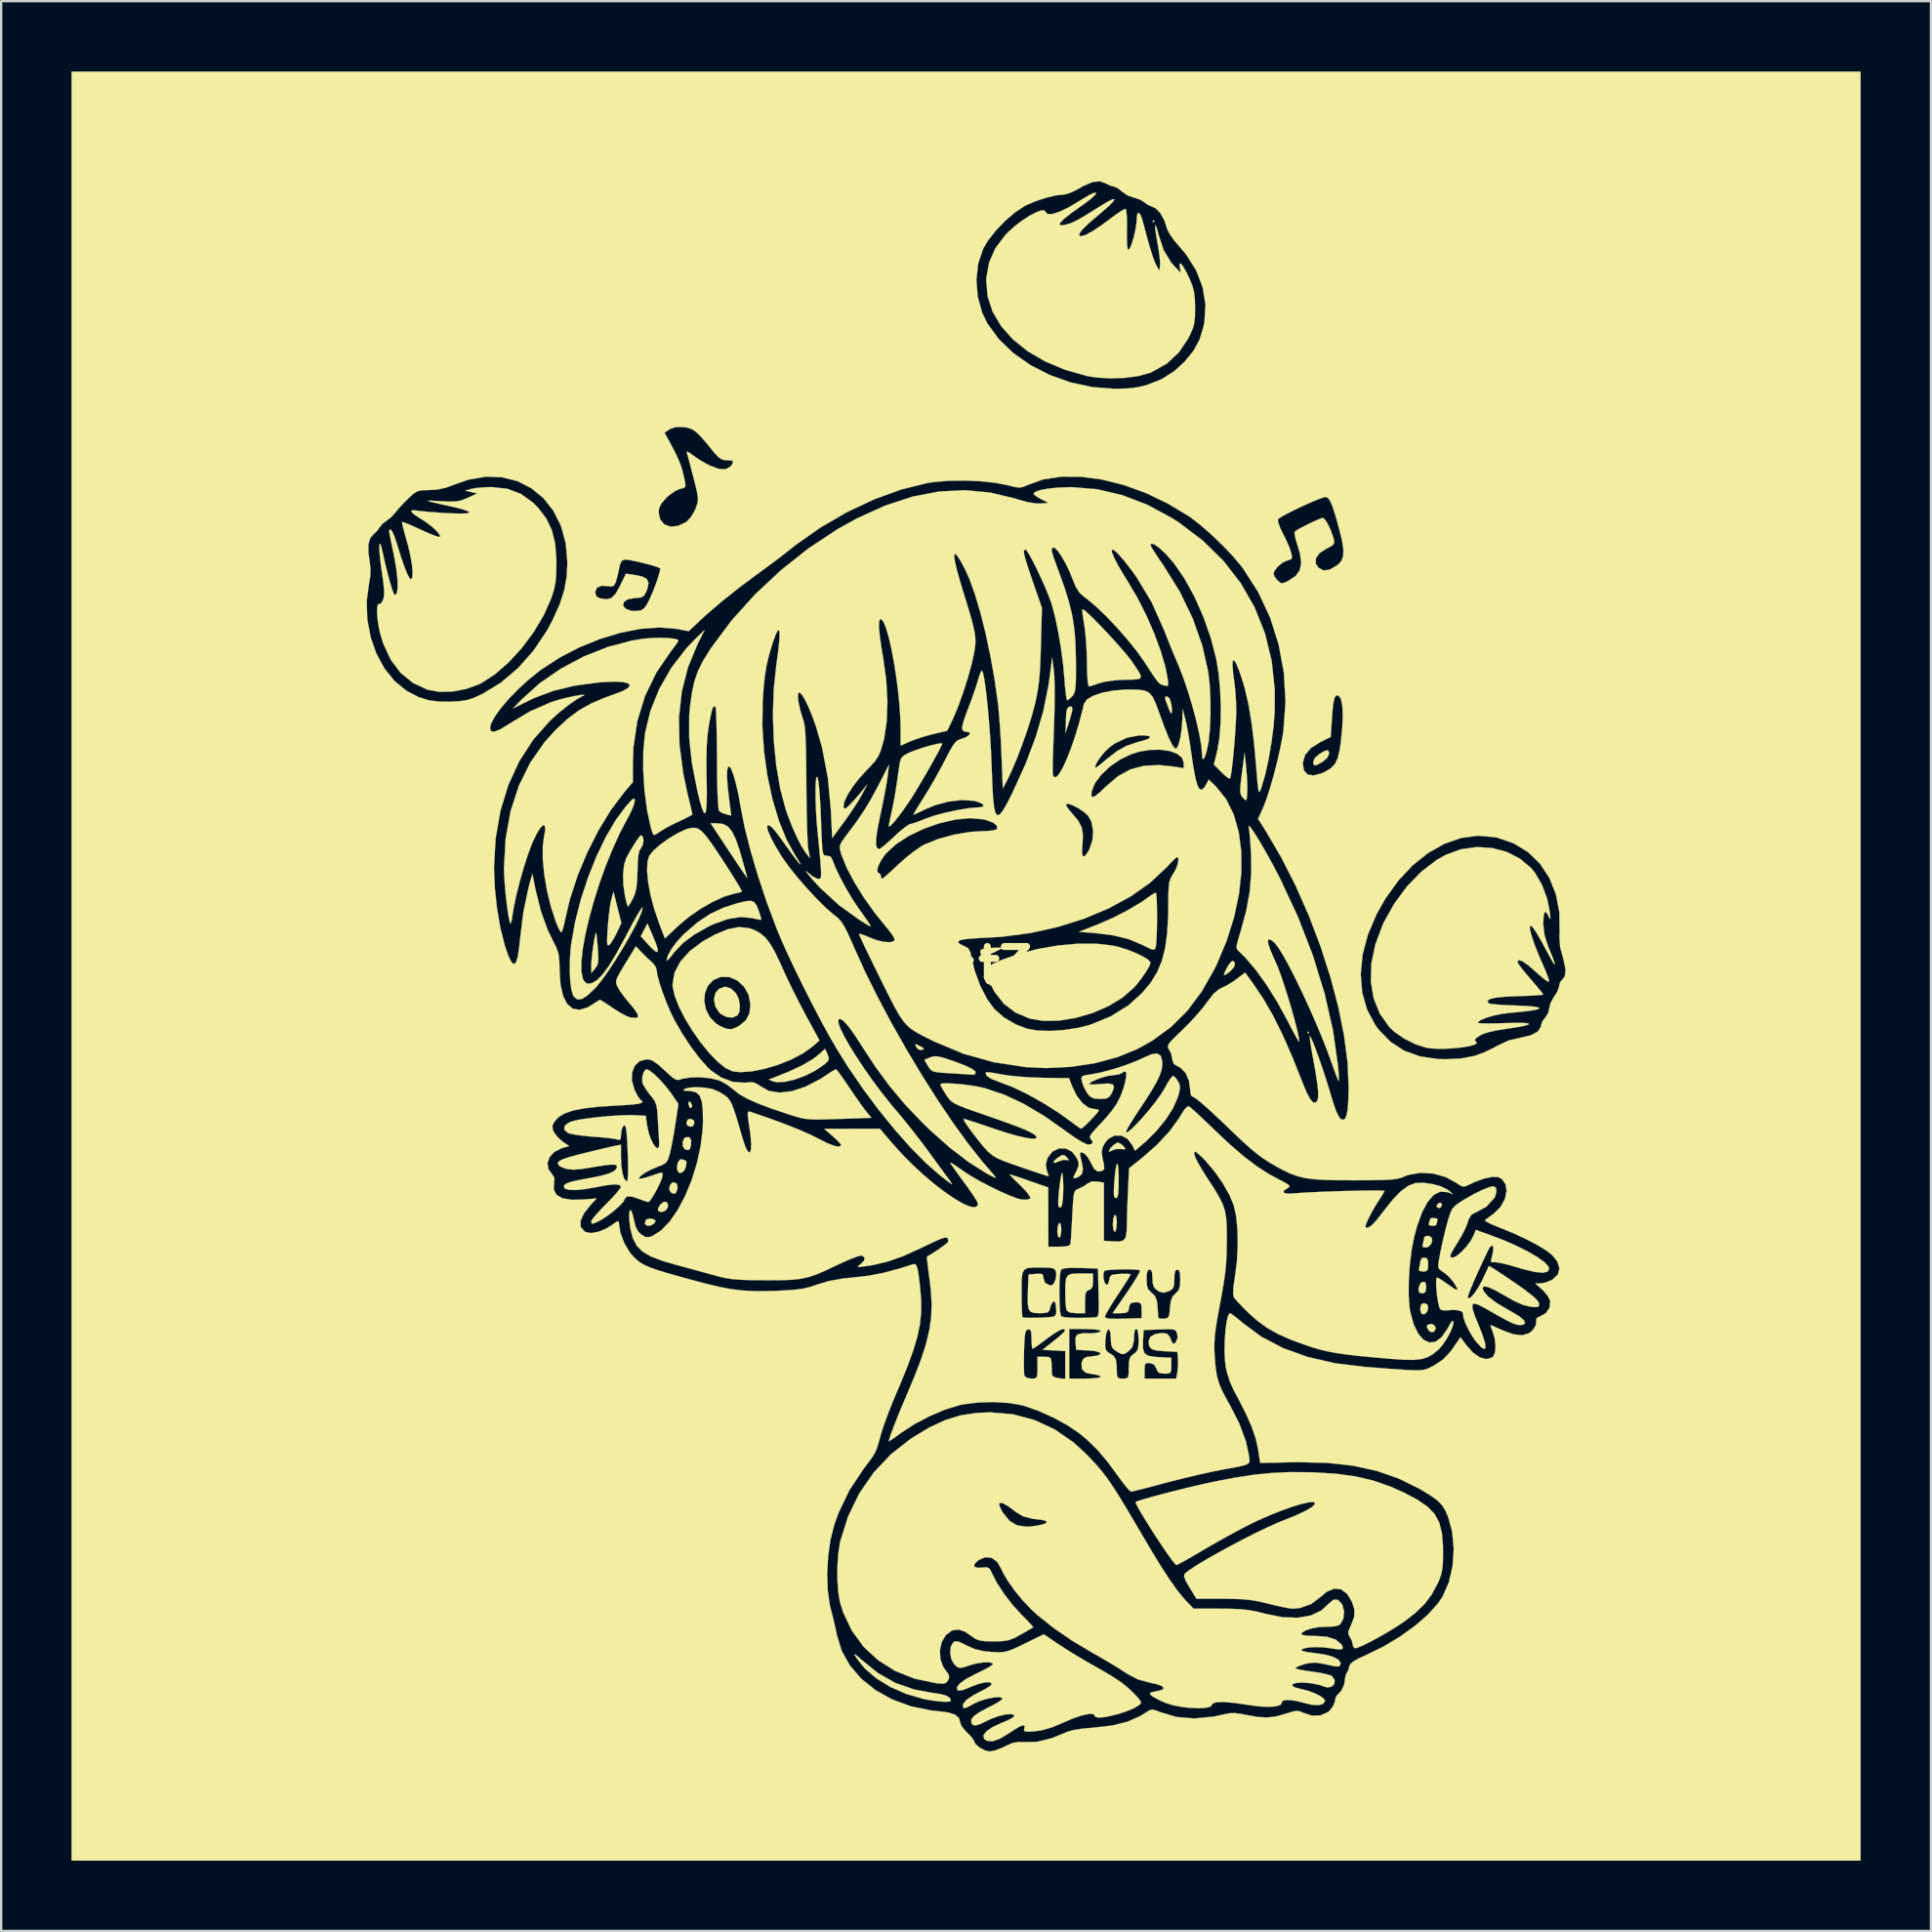
<source format=kicad_pcb>
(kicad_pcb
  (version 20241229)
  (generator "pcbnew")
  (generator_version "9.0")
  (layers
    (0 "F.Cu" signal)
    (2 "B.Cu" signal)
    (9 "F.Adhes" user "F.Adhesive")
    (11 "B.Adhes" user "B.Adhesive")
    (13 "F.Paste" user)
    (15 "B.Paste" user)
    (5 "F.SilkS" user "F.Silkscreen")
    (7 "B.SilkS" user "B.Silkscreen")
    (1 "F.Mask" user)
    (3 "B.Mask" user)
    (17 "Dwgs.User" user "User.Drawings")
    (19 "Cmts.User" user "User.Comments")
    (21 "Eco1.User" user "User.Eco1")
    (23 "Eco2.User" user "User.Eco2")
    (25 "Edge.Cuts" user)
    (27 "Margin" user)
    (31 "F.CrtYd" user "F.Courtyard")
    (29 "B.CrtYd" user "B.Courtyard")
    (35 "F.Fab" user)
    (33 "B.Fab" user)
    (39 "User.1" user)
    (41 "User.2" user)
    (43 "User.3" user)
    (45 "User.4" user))
  (footprint "test3"
    (layer "F.Cu")
    (at 38.19 38.19)
    (property "Reference" "test3" (at 0 0 0) (layer "F.SilkS") (effects (font (size 1.524 1.524) (thickness 0.3))))
    (attr through_hole)
    (fp_poly (pts (xy 8.043 -31.792) (xy 8.001 -31.75) (xy 7.959 -31.792) (xy 8.001 -31.835) (xy 8.043 -31.792)) (stroke (width 0.01) (type solid)) (fill yes) (layer "F.SilkS"))
    (fp_poly (pts (xy 14.647 2.836) (xy 14.605 2.879) (xy 14.563 2.836) (xy 14.605 2.794) (xy 14.647 2.836)) (stroke (width 0.01) (type solid)) (fill yes) (layer "F.SilkS"))
    (fp_poly (pts (xy 20.32 10.195) (xy 20.252 10.312) (xy 20.186 10.329) (xy 20.087 10.28) (xy 20.085 10.229) (xy 20.17 10.117) (xy 20.271 10.103) (xy 20.32 10.195)) (stroke (width 0.01) (type solid)) (fill yes) (layer "F.SilkS"))
    (fp_poly (pts (xy -11.759 5.818) (xy -11.693 5.956) (xy -11.697 6.009) (xy -11.765 6.061) (xy -11.792 6.045) (xy -11.848 5.912) (xy -11.853 5.853) (xy -11.826 5.773) (xy -11.759 5.818)) (stroke (width 0.01) (type solid)) (fill yes) (layer "F.SilkS"))
    (fp_poly (pts (xy -11.627 6.579) (xy -11.599 6.689) (xy -11.659 6.83) (xy -11.769 6.858) (xy -11.91 6.798) (xy -11.938 6.689) (xy -11.878 6.547) (xy -11.769 6.519) (xy -11.627 6.579)) (stroke (width 0.01) (type solid)) (fill yes) (layer "F.SilkS"))
    (fp_poly (pts (xy -2.017 3.392) (xy -1.845 3.485) (xy -1.802 3.534) (xy -1.867 3.572) (xy -1.9 3.585) (xy -2.042 3.559) (xy -2.122 3.462) (xy -2.175 3.344) (xy -2.124 3.339) (xy -2.017 3.392)) (stroke (width 0.01) (type solid)) (fill yes) (layer "F.SilkS"))
    (fp_poly (pts (xy 19.981 15.324) (xy 20.051 15.443) (xy 20.049 15.476) (xy 19.965 15.619) (xy 19.825 15.617) (xy 19.727 15.536) (xy 19.665 15.383) (xy 19.7 15.318) (xy 19.838 15.271) (xy 19.981 15.324)) (stroke (width 0.01) (type solid)) (fill yes) (layer "F.SilkS"))
    (fp_poly (pts (xy -13.417 -1.397) (xy -13.248 -0.988) (xy -13.164 -0.724) (xy -13.166 -0.602) (xy -13.254 -0.619) (xy -13.43 -0.773) (xy -13.58 -0.933) (xy -13.888 -1.273) (xy -13.745 -1.547) (xy -13.603 -1.82) (xy -13.417 -1.397)) (stroke (width 0.01) (type solid)) (fill yes) (layer "F.SilkS"))
    (fp_poly (pts (xy -13.372 10.797) (xy -13.255 10.861) (xy -13.289 10.959) (xy -13.299 10.971) (xy -13.442 11.068) (xy -13.6 11.084) (xy -13.705 11.019) (xy -13.716 10.969) (xy -13.652 10.815) (xy -13.479 10.774) (xy -13.372 10.797)) (stroke (width 0.01) (type solid)) (fill yes) (layer "F.SilkS"))
    (fp_poly (pts (xy -12.774 10.076) (xy -12.72 10.206) (xy -12.739 10.319) (xy -12.844 10.45) (xy -13.002 10.502) (xy -13.138 10.454) (xy -13.154 10.433) (xy -13.138 10.325) (xy -13.053 10.181) (xy -12.901 10.06) (xy -12.774 10.076)) (stroke (width 0.01) (type solid)) (fill yes) (layer "F.SilkS"))
    (fp_poly (pts (xy -12.342 9.288) (xy -12.315 9.465) (xy -12.333 9.553) (xy -12.399 9.708) (xy -12.508 9.714) (xy -12.603 9.661) (xy -12.672 9.537) (xy -12.649 9.373) (xy -12.556 9.249) (xy -12.488 9.229) (xy -12.342 9.288)) (stroke (width 0.01) (type solid)) (fill yes) (layer "F.SilkS"))
    (fp_poly (pts (xy -11.733 7.438) (xy -11.743 7.641) (xy -11.792 7.816) (xy -11.876 7.857) (xy -12.002 7.818) (xy -12.088 7.706) (xy -12.101 7.528) (xy -12.043 7.365) (xy -11.975 7.31) (xy -11.812 7.307) (xy -11.733 7.438)) (stroke (width 0.01) (type solid)) (fill yes) (layer "F.SilkS"))
    (fp_poly (pts (xy 19.693 14.445) (xy 19.727 14.596) (xy 19.679 14.764) (xy 19.569 14.863) (xy 19.449 14.848) (xy 19.439 14.839) (xy 19.399 14.723) (xy 19.389 14.591) (xy 19.434 14.432) (xy 19.558 14.393) (xy 19.693 14.445)) (stroke (width 0.01) (type solid)) (fill yes) (layer "F.SilkS"))
    (fp_poly (pts (xy 4.507 -11.074) (xy 4.539 -11.011) (xy 4.521 -10.861) (xy 4.45 -10.598) (xy 4.353 -10.287) (xy 4.245 -9.948) (xy 4.26 -10.498) (xy 4.277 -10.804) (xy 4.312 -10.979) (xy 4.377 -11.059) (xy 4.427 -11.076) (xy 4.507 -11.074)) (stroke (width 0.01) (type solid)) (fill yes) (layer "F.SilkS"))
    (fp_poly (pts (xy 8.685 -11.432) (xy 8.76 -11.191) (xy 8.764 -11.17) (xy 8.793 -10.917) (xy 8.779 -10.795) (xy 8.728 -10.818) (xy 8.654 -10.981) (xy 8.57 -11.208) (xy 8.509 -11.367) (xy 8.5 -11.489) (xy 8.577 -11.515) (xy 8.685 -11.432)) (stroke (width 0.01) (type solid)) (fill yes) (layer "F.SilkS"))
    (fp_poly (pts (xy 19.601 13.496) (xy 19.64 13.632) (xy 19.643 13.71) (xy 19.618 13.898) (xy 19.524 13.966) (xy 19.468 13.97) (xy 19.343 13.937) (xy 19.314 13.805) (xy 19.32 13.738) (xy 19.392 13.545) (xy 19.494 13.478) (xy 19.601 13.496)) (stroke (width 0.01) (type solid)) (fill yes) (layer "F.SilkS"))
    (fp_poly (pts (xy 4.035 11.002) (xy 4.062 11.181) (xy 4.064 11.256) (xy 4.045 11.47) (xy 3.999 11.59) (xy 3.979 11.599) (xy 3.923 11.525) (xy 3.895 11.343) (xy 3.895 11.308) (xy 3.917 11.097) (xy 3.972 10.97) (xy 3.979 10.964) (xy 4.035 11.002)) (stroke (width 0.01) (type solid)) (fill yes) (layer "F.SilkS"))
    (fp_poly (pts (xy 6.404 10.666) (xy 6.432 10.85) (xy 6.435 10.959) (xy 6.418 11.188) (xy 6.376 11.327) (xy 6.35 11.345) (xy 6.297 11.27) (xy 6.267 11.083) (xy 6.265 11.012) (xy 6.285 10.786) (xy 6.334 10.642) (xy 6.35 10.626) (xy 6.404 10.666)) (stroke (width 0.01) (type solid)) (fill yes) (layer "F.SilkS"))
    (fp_poly (pts (xy 11.482 -0.13) (xy 11.45 0.027) (xy 11.294 0.209) (xy 11.257 0.239) (xy 11.098 0.354) (xy 11.012 0.395) (xy 11.007 0.39) (xy 11.046 0.249) (xy 11.14 0.062) (xy 11.253 -0.113) (xy 11.352 -0.218) (xy 11.383 -0.227) (xy 11.482 -0.13)) (stroke (width 0.01) (type solid)) (fill yes) (layer "F.SilkS"))
    (fp_poly (pts (xy 19.863 11.573) (xy 19.901 11.708) (xy 19.856 11.864) (xy 19.736 11.982) (xy 19.652 12.009) (xy 19.507 12.008) (xy 19.486 11.914) (xy 19.503 11.84) (xy 19.545 11.661) (xy 19.557 11.578) (xy 19.629 11.527) (xy 19.733 11.515) (xy 19.863 11.573)) (stroke (width 0.01) (type solid)) (fill yes) (layer "F.SilkS"))
    (fp_poly (pts (xy 20.119 10.788) (xy 20.117 10.887) (xy 20.073 11.022) (xy 20.066 11.056) (xy 19.994 11.084) (xy 19.888 11.091) (xy 19.759 11.056) (xy 19.761 10.957) (xy 19.805 10.822) (xy 19.812 10.788) (xy 19.884 10.76) (xy 19.99 10.753) (xy 20.119 10.788)) (stroke (width 0.01) (type solid)) (fill yes) (layer "F.SilkS"))
    (fp_poly (pts (xy -12.004 8.292) (xy -11.973 8.297) (xy -11.936 8.364) (xy -11.95 8.516) (xy -12.006 8.682) (xy -12.044 8.745) (xy -12.181 8.838) (xy -12.265 8.814) (xy -12.334 8.697) (xy -12.337 8.522) (xy -12.287 8.352) (xy -12.199 8.251) (xy -12.135 8.249) (xy -12.004 8.292)) (stroke (width 0.01) (type solid)) (fill yes) (layer "F.SilkS"))
    (fp_poly (pts (xy 4.205 8.08) (xy 4.302 8.169) (xy 4.394 8.277) (xy 4.367 8.293) (xy 4.307 8.274) (xy 4.136 8.276) (xy 3.948 8.341) (xy 3.792 8.4) (xy 3.725 8.381) (xy 3.725 8.379) (xy 3.789 8.282) (xy 3.942 8.159) (xy 4.103 8.068) (xy 4.205 8.08)) (stroke (width 0.01) (type solid)) (fill yes) (layer "F.SilkS"))
    (fp_poly (pts (xy 6.61 7.592) (xy 6.718 7.69) (xy 6.802 7.795) (xy 6.764 7.825) (xy 6.603 7.807) (xy 6.379 7.813) (xy 6.222 7.875) (xy 6.121 7.926) (xy 6.096 7.897) (xy 6.159 7.775) (xy 6.299 7.636) (xy 6.448 7.544) (xy 6.492 7.535) (xy 6.61 7.592)) (stroke (width 0.01) (type solid)) (fill yes) (layer "F.SilkS"))
    (fp_poly (pts (xy 19.675 12.479) (xy 19.722 12.609) (xy 19.727 12.742) (xy 19.712 12.942) (xy 19.641 13.024) (xy 19.507 13.039) (xy 19.35 13.013) (xy 19.331 12.924) (xy 19.337 12.905) (xy 19.382 12.702) (xy 19.389 12.608) (xy 19.452 12.472) (xy 19.558 12.446) (xy 19.675 12.479)) (stroke (width 0.01) (type solid)) (fill yes) (layer "F.SilkS"))
    (fp_poly (pts (xy 15.489 -9.142) (xy 15.494 -9.058) (xy 15.42 -8.891) (xy 15.227 -8.725) (xy 15.219 -8.72) (xy 14.991 -8.592) (xy 14.869 -8.565) (xy 14.822 -8.638) (xy 14.817 -8.722) (xy 14.89 -8.889) (xy 15.084 -9.055) (xy 15.092 -9.06) (xy 15.32 -9.188) (xy 15.442 -9.215) (xy 15.489 -9.142)) (stroke (width 0.01) (type solid)) (fill yes) (layer "F.SilkS"))
    (fp_poly (pts (xy -10.034 0.957) (xy -9.824 1.159) (xy -9.707 1.394) (xy -9.655 1.677) (xy -9.674 1.94) (xy -9.754 2.1) (xy -9.959 2.197) (xy -10.217 2.177) (xy -10.467 2.049) (xy -10.545 1.977) (xy -10.71 1.708) (xy -10.762 1.413) (xy -10.699 1.145) (xy -10.545 0.969) (xy -10.285 0.879) (xy -10.034 0.957)) (stroke (width 0.01) (type solid)) (fill yes) (layer "F.SilkS"))
    (fp_poly (pts (xy 1.523 -0.784) (xy 1.564 -0.774) (xy 1.476 -0.724) (xy 1.283 -0.628) (xy 1.112 -0.548) (xy 0.864 -0.441) (xy 0.726 -0.409) (xy 0.658 -0.446) (xy 0.641 -0.479) (xy 0.603 -0.622) (xy 0.644 -0.706) (xy 0.795 -0.75) (xy 1.085 -0.775) (xy 1.094 -0.776) (xy 1.353 -0.786) (xy 1.523 -0.784)) (stroke (width 0.01) (type solid)) (fill yes) (layer "F.SilkS"))
    (fp_poly (pts (xy 11.957 -8.467) (xy 11.989 -8.085) (xy 12.006 -7.704) (xy 12.003 -7.42) (xy 11.987 -7.177) (xy 11.959 -7.079) (xy 11.902 -7.099) (xy 11.822 -7.183) (xy 11.752 -7.273) (xy 11.713 -7.377) (xy 11.703 -7.53) (xy 11.72 -7.771) (xy 11.764 -8.134) (xy 11.776 -8.23) (xy 11.888 -9.102) (xy 11.957 -8.467)) (stroke (width 0.01) (type solid)) (fill yes) (layer "F.SilkS"))
    (fp_poly (pts (xy -14.883 -2.507) (xy -14.715 -1.838) (xy -14.908 -1.424) (xy -15.041 -1.17) (xy -15.169 -0.973) (xy -15.227 -0.907) (xy -15.283 -0.879) (xy -15.315 -0.924) (xy -15.325 -1.066) (xy -15.316 -1.332) (xy -15.296 -1.651) (xy -15.262 -2.056) (xy -15.217 -2.436) (xy -15.169 -2.735) (xy -15.145 -2.836) (xy -15.051 -3.175) (xy -14.883 -2.507)) (stroke (width 0.01) (type solid)) (fill yes) (layer "F.SilkS"))
    (fp_poly (pts (xy 4.12 8.882) (xy 4.138 9.071) (xy 4.148 9.359) (xy 4.149 9.506) (xy 4.136 9.912) (xy 4.098 10.185) (xy 4.04 10.312) (xy 3.963 10.283) (xy 3.946 10.259) (xy 3.933 10.143) (xy 3.941 9.912) (xy 3.966 9.617) (xy 4 9.31) (xy 4.04 9.043) (xy 4.079 8.867) (xy 4.098 8.828) (xy 4.12 8.882)) (stroke (width 0.01) (type solid)) (fill yes) (layer "F.SilkS"))
    (fp_poly (pts (xy 6.478 8.474) (xy 6.502 8.677) (xy 6.514 9.044) (xy 6.514 9.081) (xy 6.512 9.473) (xy 6.496 9.723) (xy 6.464 9.858) (xy 6.411 9.905) (xy 6.399 9.906) (xy 6.339 9.876) (xy 6.31 9.765) (xy 6.309 9.542) (xy 6.326 9.25) (xy 6.365 8.824) (xy 6.406 8.551) (xy 6.444 8.433) (xy 6.478 8.474)) (stroke (width 0.01) (type solid)) (fill yes) (layer "F.SilkS"))
    (fp_poly (pts (xy -15.776 -1.332) (xy -15.752 -1.116) (xy -15.725 -0.816) (xy -15.719 -0.748) (xy -15.697 -0.404) (xy -15.704 -0.181) (xy -15.745 -0.031) (xy -15.827 0.093) (xy -15.832 0.099) (xy -15.996 0.296) (xy -15.999 -0.035) (xy -15.989 -0.234) (xy -15.962 -0.504) (xy -15.923 -0.801) (xy -15.879 -1.082) (xy -15.837 -1.301) (xy -15.804 -1.417) (xy -15.793 -1.423) (xy -15.776 -1.332)) (stroke (width 0.01) (type solid)) (fill yes) (layer "F.SilkS"))
    (fp_poly (pts (xy -10.373 -6.065) (xy -10.17 -5.957) (xy -9.996 -5.753) (xy -9.837 -5.431) (xy -9.677 -4.971) (xy -9.608 -4.737) (xy -9.501 -4.361) (xy -9.415 -4.052) (xy -9.36 -3.84) (xy -9.342 -3.76) (xy -9.342 -3.76) (xy -9.391 -3.824) (xy -9.517 -4.007) (xy -9.705 -4.284) (xy -9.939 -4.635) (xy -10.131 -4.924) (xy -10.906 -6.096) (xy -10.622 -6.096) (xy -10.373 -6.065)) (stroke (width 0.01) (type solid)) (fill yes) (layer "F.SilkS"))
    (fp_poly (pts (xy -5.912 3.766) (xy -5.855 3.93) (xy -5.888 4.047) (xy -6.035 4.186) (xy -6.057 4.204) (xy -6.432 4.46) (xy -6.861 4.677) (xy -7.304 4.841) (xy -7.72 4.939) (xy -8.069 4.958) (xy -8.255 4.917) (xy -8.424 4.844) (xy -8.255 4.78) (xy -7.529 4.488) (xy -6.955 4.215) (xy -6.517 3.953) (xy -6.248 3.741) (xy -6.019 3.532) (xy -5.912 3.766)) (stroke (width 0.01) (type solid)) (fill yes) (layer "F.SilkS"))
    (fp_poly (pts (xy -1.058 3.889) (xy -0.774 3.976) (xy -0.45 4.088) (xy -0.022 4.253) (xy 0.265 4.392) (xy 0.4 4.5) (xy 0.408 4.52) (xy 0.375 4.629) (xy 0.281 4.64) (xy 0.132 4.629) (xy -0.14 4.61) (xy -0.487 4.588) (xy -0.673 4.577) (xy -1.046 4.553) (xy -1.288 4.525) (xy -1.437 4.482) (xy -1.531 4.41) (xy -1.608 4.298) (xy -1.627 4.265) (xy -1.781 4.001) (xy -1.531 3.897) (xy -1.399 3.856) (xy -1.254 3.851) (xy -1.058 3.889)) (stroke (width 0.01) (type solid)) (fill yes) (layer "F.SilkS"))
    (fp_poly (pts (xy 5.419 13.452) (xy 5.398 13.683) (xy 5.321 13.796) (xy 5.249 13.825) (xy 5.151 13.876) (xy 5.099 13.992) (xy 5.081 14.215) (xy 5.08 14.343) (xy 5.08 14.817) (xy 4.708 14.817) (xy 4.434 14.791) (xy 4.299 14.71) (xy 4.285 14.683) (xy 4.259 14.533) (xy 4.24 14.272) (xy 4.233 13.97) (xy 4.238 13.586) (xy 4.268 13.34) (xy 4.347 13.202) (xy 4.498 13.14) (xy 4.745 13.124) (xy 4.877 13.123) (xy 5.419 13.123) (xy 5.419 13.452)) (stroke (width 0.01) (type solid)) (fill yes) (layer "F.SilkS"))
    (fp_poly (pts (xy -4.621 29.471) (xy -4.478 29.599) (xy -3.762 30.179) (xy -3.015 30.602) (xy -2.209 30.883) (xy -1.517 31.012) (xy -1.122 31.071) (xy -0.868 31.136) (xy -0.725 31.214) (xy -0.687 31.258) (xy -0.644 31.353) (xy -0.695 31.396) (xy -0.874 31.406) (xy -0.952 31.405) (xy -1.242 31.381) (xy -1.598 31.329) (xy -1.82 31.286) (xy -2.548 31.074) (xy -3.229 30.776) (xy -3.826 30.411) (xy -4.305 30.001) (xy -4.45 29.834) (xy -4.663 29.556) (xy -4.763 29.402) (xy -4.748 29.374) (xy -4.621 29.471)) (stroke (width 0.01) (type solid)) (fill yes) (layer "F.SilkS"))
    (fp_poly (pts (xy 8.123 -3.054) (xy 8.139 -2.844) (xy 8.148 -2.538) (xy 8.152 -2.174) (xy 8.15 -1.789) (xy 8.142 -1.42) (xy 8.128 -1.104) (xy 8.109 -0.877) (xy 8.092 -0.79) (xy 8.051 -0.716) (xy 7.981 -0.699) (xy 7.845 -0.745) (xy 7.606 -0.863) (xy 7.52 -0.907) (xy 6.949 -1.146) (xy 6.287 -1.31) (xy 5.524 -1.406) (xy 4.819 -1.463) (xy 5.606 -1.773) (xy 6.273 -2.063) (xy 6.919 -2.395) (xy 7.49 -2.737) (xy 7.763 -2.929) (xy 7.95 -3.059) (xy 8.082 -3.129) (xy 8.101 -3.133) (xy 8.123 -3.054)) (stroke (width 0.01) (type solid)) (fill yes) (layer "F.SilkS"))
    (fp_poly (pts (xy -13.794 -5.519) (xy -13.769 -5.359) (xy -13.801 -5.174) (xy -13.867 -5.053) (xy -13.94 -4.935) (xy -13.987 -4.747) (xy -14.014 -4.457) (xy -14.026 -4.066) (xy -14.042 -3.628) (xy -14.078 -3.311) (xy -14.141 -3.067) (xy -14.218 -2.89) (xy -14.33 -2.683) (xy -14.411 -2.557) (xy -14.43 -2.54) (xy -14.465 -2.615) (xy -14.519 -2.807) (xy -14.556 -2.968) (xy -14.629 -3.462) (xy -14.641 -3.94) (xy -14.593 -4.35) (xy -14.511 -4.597) (xy -14.361 -4.877) (xy -14.196 -5.154) (xy -14.042 -5.39) (xy -13.925 -5.546) (xy -13.874 -5.588) (xy -13.794 -5.519)) (stroke (width 0.01) (type solid)) (fill yes) (layer "F.SilkS"))
    (fp_poly (pts (xy -9.047 -2.733) (xy -8.944 -2.591) (xy -8.865 -2.4) (xy -8.786 -2.168) (xy -8.746 -2.013) (xy -8.746 -1.979) (xy -8.836 -1.982) (xy -9.028 -2.023) (xy -9.1 -2.042) (xy -9.6 -2.097) (xy -10.173 -2.008) (xy -10.806 -1.778) (xy -10.989 -1.691) (xy -11.601 -1.346) (xy -12.079 -0.989) (xy -12.454 -0.595) (xy -12.54 -0.481) (xy -12.678 -0.309) (xy -12.767 -0.232) (xy -12.785 -0.245) (xy -12.726 -0.458) (xy -12.568 -0.741) (xy -12.338 -1.052) (xy -12.065 -1.347) (xy -12.051 -1.36) (xy -11.483 -1.851) (xy -10.939 -2.218) (xy -10.369 -2.489) (xy -9.779 -2.679) (xy -9.426 -2.765) (xy -9.195 -2.787) (xy -9.047 -2.733)) (stroke (width 0.01) (type solid)) (fill yes) (layer "F.SilkS"))
    (fp_poly (pts (xy 1.166 4.561) (xy 1.461 4.614) (xy 1.525 4.626) (xy 1.865 4.677) (xy 2.314 4.722) (xy 2.813 4.754) (xy 3.277 4.769) (xy 4.396 4.784) (xy 4.537 5.152) (xy 4.728 5.54) (xy 4.966 5.846) (xy 5.22 6.04) (xy 5.427 6.096) (xy 5.602 6.114) (xy 5.673 6.156) (xy 5.618 6.243) (xy 5.48 6.404) (xy 5.3 6.595) (xy 5.118 6.776) (xy 4.975 6.905) (xy 4.914 6.942) (xy 4.824 6.894) (xy 4.659 6.776) (xy 4.614 6.742) (xy 3.993 6.29) (xy 3.317 5.86) (xy 2.632 5.476) (xy 1.98 5.162) (xy 1.408 4.945) (xy 1.089 4.821) (xy 0.891 4.695) (xy 0.833 4.579) (xy 0.858 4.532) (xy 0.951 4.532) (xy 1.166 4.561)) (stroke (width 0.01) (type solid)) (fill yes) (layer "F.SilkS"))
    (fp_poly (pts (xy 5.04 -15.2) (xy 5.203 -15.059) (xy 5.435 -14.836) (xy 5.713 -14.554) (xy 6.015 -14.235) (xy 6.321 -13.903) (xy 6.609 -13.581) (xy 6.857 -13.291) (xy 7.043 -13.056) (xy 7.099 -12.977) (xy 7.322 -12.644) (xy 7.446 -12.429) (xy 7.458 -12.305) (xy 7.35 -12.247) (xy 7.11 -12.228) (xy 6.795 -12.223) (xy 6.332 -12.197) (xy 5.928 -12.139) (xy 5.683 -12.075) (xy 5.447 -11.993) (xy 5.277 -11.944) (xy 5.239 -11.938) (xy 5.21 -12.017) (xy 5.185 -12.233) (xy 5.168 -12.551) (xy 5.161 -12.933) (xy 5.149 -13.407) (xy 5.12 -13.896) (xy 5.078 -14.33) (xy 5.045 -14.563) (xy 4.995 -14.87) (xy 4.966 -15.107) (xy 4.963 -15.229) (xy 4.966 -15.236) (xy 5.04 -15.2)) (stroke (width 0.01) (type solid)) (fill yes) (layer "F.SilkS"))
    (fp_poly (pts (xy -11.453 -5.873) (xy -11.285 -5.759) (xy -11.091 -5.544) (xy -10.847 -5.208) (xy -10.77 -5.098) (xy -10.541 -4.756) (xy -10.3 -4.388) (xy -10.066 -4.024) (xy -9.859 -3.692) (xy -9.694 -3.421) (xy -9.592 -3.241) (xy -9.567 -3.183) (xy -9.641 -3.15) (xy -9.825 -3.106) (xy -9.885 -3.095) (xy -10.317 -2.968) (xy -10.817 -2.741) (xy -11.341 -2.44) (xy -11.845 -2.09) (xy -12.23 -1.766) (xy -12.856 -1.181) (xy -13.109 -1.84) (xy -13.316 -2.445) (xy -13.473 -3.041) (xy -13.575 -3.597) (xy -13.618 -4.085) (xy -13.597 -4.474) (xy -13.523 -4.713) (xy -13.344 -4.933) (xy -13.056 -5.185) (xy -12.703 -5.44) (xy -12.333 -5.663) (xy -11.991 -5.825) (xy -11.825 -5.878) (xy -11.625 -5.906) (xy -11.453 -5.873)) (stroke (width 0.01) (type solid)) (fill yes) (layer "F.SilkS"))
    (fp_poly (pts (xy 6.252 -0.877) (xy 6.497 -0.822) (xy 6.871 -0.706) (xy 7.231 -0.564) (xy 7.54 -0.415) (xy 7.765 -0.276) (xy 7.87 -0.164) (xy 7.874 -0.145) (xy 7.823 0.004) (xy 7.687 0.238) (xy 7.495 0.516) (xy 7.275 0.795) (xy 7.164 0.921) (xy 6.678 1.346) (xy 6.076 1.711) (xy 5.398 2.004) (xy 4.681 2.214) (xy 3.963 2.329) (xy 3.283 2.339) (xy 2.732 2.246) (xy 2.12 1.994) (xy 1.614 1.611) (xy 1.21 1.094) (xy 0.983 0.644) (xy 0.88 0.371) (xy 0.858 0.18) (xy 0.935 0.037) (xy 1.132 -0.092) (xy 1.467 -0.243) (xy 1.493 -0.253) (xy 2.26 -0.525) (xy 3.089 -0.736) (xy 3.941 -0.881) (xy 4.778 -0.956) (xy 5.561 -0.956) (xy 6.252 -0.877)) (stroke (width 0.01) (type solid)) (fill yes) (layer "F.SilkS"))
    (fp_poly (pts (xy -11.463 -13.74) (xy -11.871 -12.755) (xy -12.135 -11.718) (xy -12.256 -10.62) (xy -12.234 -9.453) (xy -12.07 -8.207) (xy -11.889 -7.354) (xy -11.803 -6.999) (xy -11.736 -6.71) (xy -11.694 -6.523) (xy -11.684 -6.472) (xy -11.755 -6.423) (xy -11.942 -6.325) (xy -12.207 -6.199) (xy -12.236 -6.186) (xy -12.554 -6.033) (xy -12.844 -5.878) (xy -13.032 -5.762) (xy -13.207 -5.646) (xy -13.316 -5.589) (xy -13.324 -5.588) (xy -13.373 -5.661) (xy -13.439 -5.844) (xy -13.459 -5.917) (xy -13.62 -6.667) (xy -13.729 -7.502) (xy -13.782 -8.362) (xy -13.777 -9.187) (xy -13.709 -9.918) (xy -13.706 -9.932) (xy -13.477 -10.891) (xy -13.095 -11.836) (xy -12.578 -12.738) (xy -11.941 -13.565) (xy -11.553 -13.97) (xy -11.159 -14.351) (xy -11.463 -13.74)) (stroke (width 0.01) (type solid)) (fill yes) (layer "F.SilkS"))
    (fp_poly (pts (xy -1.017 -9.496) (xy -1.058 -9.391) (xy -1.17 -9.172) (xy -1.335 -8.868) (xy -1.537 -8.508) (xy -1.758 -8.123) (xy -1.981 -7.743) (xy -2.189 -7.397) (xy -2.366 -7.116) (xy -2.413 -7.045) (xy -2.66 -6.688) (xy -2.889 -6.379) (xy -3.083 -6.139) (xy -3.224 -5.991) (xy -3.294 -5.954) (xy -3.298 -5.969) (xy -3.281 -6.091) (xy -3.235 -6.324) (xy -3.182 -6.562) (xy -3.109 -6.909) (xy -3.032 -7.333) (xy -2.967 -7.743) (xy -2.966 -7.747) (xy -2.915 -8.106) (xy -2.867 -8.434) (xy -2.833 -8.666) (xy -2.829 -8.69) (xy -2.778 -8.865) (xy -2.657 -8.991) (xy -2.423 -9.113) (xy -2.39 -9.127) (xy -2.11 -9.235) (xy -1.797 -9.338) (xy -1.492 -9.426) (xy -1.234 -9.487) (xy -1.063 -9.511) (xy -1.017 -9.496)) (stroke (width 0.01) (type solid)) (fill yes) (layer "F.SilkS"))
    (fp_poly (pts (xy -6.337 -8.043) (xy -6.306 -7.893) (xy -6.273 -7.605) (xy -6.242 -7.21) (xy -6.214 -6.739) (xy -6.194 -6.265) (xy -6.174 -5.716) (xy -6.156 -5.313) (xy -6.137 -5.034) (xy -6.113 -4.858) (xy -6.081 -4.761) (xy -6.037 -4.721) (xy -5.978 -4.716) (xy -5.953 -4.718) (xy -5.78 -4.673) (xy -5.709 -4.549) (xy -5.578 -4.212) (xy -5.376 -3.788) (xy -5.129 -3.327) (xy -4.865 -2.879) (xy -4.614 -2.501) (xy -4.366 -2.153) (xy -4.203 -1.921) (xy -4.111 -1.781) (xy -4.076 -1.712) (xy -4.083 -1.693) (xy -4.085 -1.693) (xy -4.167 -1.735) (xy -4.348 -1.842) (xy -4.534 -1.958) (xy -5.415 -2.593) (xy -6.22 -3.328) (xy -6.529 -3.663) (xy -6.72 -3.889) (xy -6.824 -4.024) (xy -6.833 -4.057) (xy -6.765 -4) (xy -6.557 -3.836) (xy -6.372 -3.738) (xy -6.313 -3.725) (xy -6.26 -3.728) (xy -6.222 -3.748) (xy -6.198 -3.806) (xy -6.188 -3.921) (xy -6.194 -4.114) (xy -6.214 -4.402) (xy -6.25 -4.806) (xy -6.302 -5.347) (xy -6.346 -5.8) (xy -6.385 -6.263) (xy -6.411 -6.722) (xy -6.425 -7.152) (xy -6.428 -7.527) (xy -6.418 -7.824) (xy -6.397 -8.017) (xy -6.364 -8.081) (xy -6.337 -8.043)) (stroke (width 0.01) (type solid)) (fill yes) (layer "F.SilkS"))
    (fp_poly (pts (xy -9.279 -1.626) (xy -9.039 -1.542) (xy -8.79 -1.407) (xy -8.574 -1.224) (xy -8.372 -0.967) (xy -8.165 -0.611) (xy -7.933 -0.129) (xy -7.838 0.085) (xy -7.644 0.509) (xy -7.397 1.018) (xy -7.129 1.551) (xy -6.869 2.045) (xy -6.854 2.074) (xy -6.258 3.175) (xy -6.554 3.434) (xy -6.958 3.724) (xy -7.461 3.988) (xy -8.022 4.213) (xy -8.602 4.386) (xy -9.158 4.496) (xy -9.65 4.529) (xy -9.975 4.491) (xy -10.272 4.35) (xy -10.61 4.08) (xy -10.97 3.707) (xy -11.333 3.259) (xy -11.68 2.766) (xy -11.992 2.254) (xy -12.249 1.752) (xy -12.35 1.498) (xy -11.174 1.498) (xy -11.104 1.856) (xy -10.933 2.189) (xy -10.66 2.462) (xy -10.497 2.561) (xy -10.222 2.678) (xy -10.009 2.693) (xy -9.784 2.606) (xy -9.679 2.544) (xy -9.396 2.308) (xy -9.246 2.007) (xy -9.208 1.627) (xy -9.284 1.227) (xy -9.478 0.882) (xy -9.76 0.62) (xy -10.099 0.47) (xy -10.459 0.461) (xy -10.786 0.595) (xy -11.015 0.834) (xy -11.145 1.146) (xy -11.174 1.498) (xy -12.35 1.498) (xy -12.433 1.287) (xy -12.524 0.887) (xy -12.53 0.773) (xy -12.445 0.28) (xy -12.198 -0.194) (xy -11.794 -0.642) (xy -11.24 -1.057) (xy -10.71 -1.351) (xy -10.168 -1.573) (xy -9.7 -1.664) (xy -9.279 -1.626)) (stroke (width 0.01) (type solid)) (fill yes) (layer "F.SilkS"))
    (fp_poly (pts (xy -14.149 -7.125) (xy -14.143 -7.046) (xy -14.182 -6.881) (xy -14.287 -6.623) (xy -14.439 -6.325) (xy -14.462 -6.284) (xy -14.786 -5.663) (xy -15.097 -4.981) (xy -15.389 -4.258) (xy -15.655 -3.514) (xy -15.891 -2.77) (xy -16.09 -2.046) (xy -16.249 -1.364) (xy -16.36 -0.743) (xy -16.419 -0.205) (xy -16.42 0.23) (xy -16.358 0.542) (xy -16.307 0.638) (xy -16.189 0.746) (xy -16.033 0.743) (xy -15.949 0.717) (xy -15.745 0.593) (xy -15.511 0.352) (xy -15.243 -0.017) (xy -14.934 -0.523) (xy -14.576 -1.176) (xy -14.438 -1.439) (xy -14.229 -1.836) (xy -14.049 -2.159) (xy -13.91 -2.387) (xy -13.825 -2.501) (xy -13.805 -2.498) (xy -13.85 -2.308) (xy -13.976 -2.008) (xy -14.168 -1.624) (xy -14.408 -1.186) (xy -14.68 -0.72) (xy -14.968 -0.253) (xy -15.256 0.185) (xy -15.527 0.568) (xy -15.765 0.867) (xy -15.835 0.945) (xy -16.153 1.248) (xy -16.402 1.407) (xy -16.594 1.425) (xy -16.741 1.306) (xy -16.776 1.249) (xy -16.848 1.016) (xy -16.896 0.657) (xy -16.918 0.213) (xy -16.913 -0.274) (xy -16.879 -0.761) (xy -16.858 -0.937) (xy -16.693 -1.868) (xy -16.452 -2.82) (xy -16.145 -3.762) (xy -15.787 -4.664) (xy -15.389 -5.495) (xy -14.965 -6.222) (xy -14.525 -6.816) (xy -14.46 -6.89) (xy -14.282 -7.081) (xy -14.187 -7.155) (xy -14.149 -7.125)) (stroke (width 0.01) (type solid)) (fill yes) (layer "F.SilkS"))
    (fp_poly (pts (xy 12.137 -5.928) (xy 12.263 -5.752) (xy 12.435 -5.483) (xy 12.64 -5.14) (xy 12.868 -4.741) (xy 13.108 -4.305) (xy 13.346 -3.851) (xy 13.411 -3.725) (xy 14.171 -2.094) (xy 14.805 -0.454) (xy 15.306 1.172) (xy 15.667 2.766) (xy 15.882 4.297) (xy 15.906 4.594) (xy 15.915 4.812) (xy 15.909 4.909) (xy 15.907 4.911) (xy 15.867 4.836) (xy 15.788 4.638) (xy 15.684 4.352) (xy 15.635 4.212) (xy 15.429 3.645) (xy 15.186 3.028) (xy 14.916 2.385) (xy 14.63 1.738) (xy 14.339 1.108) (xy 14.053 0.519) (xy 13.783 -0.008) (xy 13.539 -0.45) (xy 13.332 -0.785) (xy 13.174 -0.991) (xy 13.139 -1.022) (xy 12.984 -1.133) (xy 12.912 -1.138) (xy 12.883 -1.06) (xy 12.906 -0.926) (xy 12.991 -0.682) (xy 13.123 -0.371) (xy 13.206 -0.195) (xy 13.323 0.079) (xy 13.462 0.46) (xy 13.614 0.916) (xy 13.769 1.41) (xy 13.916 1.908) (xy 14.045 2.377) (xy 14.146 2.781) (xy 14.208 3.086) (xy 14.224 3.23) (xy 14.189 3.195) (xy 14.092 3.033) (xy 13.948 2.77) (xy 13.77 2.429) (xy 13.735 2.36) (xy 13.299 1.56) (xy 12.839 0.821) (xy 12.374 0.173) (xy 11.924 -0.357) (xy 11.664 -0.613) (xy 11.586 -0.69) (xy 11.55 -0.773) (xy 11.557 -0.901) (xy 11.61 -1.113) (xy 11.71 -1.447) (xy 11.714 -1.459) (xy 11.958 -2.354) (xy 12.108 -3.174) (xy 12.173 -3.979) (xy 12.167 -4.699) (xy 12.145 -5.117) (xy 12.119 -5.49) (xy 12.091 -5.776) (xy 12.067 -5.927) (xy 12.068 -5.993) (xy 12.137 -5.928)) (stroke (width 0.01) (type solid)) (fill yes) (layer "F.SilkS"))
    (fp_poly (pts (xy -12.754 -14.006) (xy -12.48 -13.979) (xy -12.312 -13.934) (xy -12.277 -13.896) (xy -12.327 -13.806) (xy -12.453 -13.629) (xy -12.582 -13.462) (xy -13.221 -12.529) (xy -13.705 -11.53) (xy -14.031 -10.469) (xy -14.199 -9.349) (xy -14.224 -8.701) (xy -14.224 -7.85) (xy -14.593 -7.417) (xy -15.155 -6.673) (xy -15.687 -5.802) (xy -16.171 -4.846) (xy -16.586 -3.85) (xy -16.912 -2.854) (xy -17.115 -1.993) (xy -17.175 -1.713) (xy -17.235 -1.514) (xy -17.281 -1.439) (xy -17.342 -1.512) (xy -17.436 -1.7) (xy -17.515 -1.895) (xy -17.724 -2.54) (xy -17.89 -3.224) (xy -18.007 -3.905) (xy -18.069 -4.546) (xy -18.071 -5.105) (xy -18.022 -5.482) (xy -17.969 -5.805) (xy -17.981 -5.981) (xy -18.048 -6.016) (xy -18.161 -5.916) (xy -18.309 -5.685) (xy -18.484 -5.33) (xy -18.54 -5.198) (xy -18.707 -4.753) (xy -18.881 -4.21) (xy -19.048 -3.623) (xy -19.194 -3.047) (xy -19.303 -2.535) (xy -19.351 -2.236) (xy -19.389 -1.99) (xy -19.427 -1.837) (xy -19.449 -1.81) (xy -19.492 -1.927) (xy -19.54 -2.175) (xy -19.591 -2.519) (xy -19.639 -2.921) (xy -19.68 -3.344) (xy -19.711 -3.752) (xy -19.725 -4.107) (xy -19.726 -4.191) (xy -19.655 -5.443) (xy -19.444 -6.612) (xy -19.094 -7.693) (xy -18.607 -8.681) (xy -17.984 -9.571) (xy -17.526 -10.077) (xy -17.018 -10.549) (xy -16.526 -10.918) (xy -15.996 -11.216) (xy -15.374 -11.478) (xy -15.045 -11.593) (xy -14.652 -11.745) (xy -14.423 -11.878) (xy -14.351 -11.988) (xy -14.43 -12.071) (xy -14.657 -12.124) (xy -15.024 -12.141) (xy -15.526 -12.119) (xy -15.743 -12.1) (xy -16.739 -11.963) (xy -17.617 -11.75) (xy -18.414 -11.452) (xy -18.659 -11.336) (xy -19.346 -10.994) (xy -18.965 -11.389) (xy -18.195 -12.08) (xy -17.303 -12.694) (xy -16.325 -13.214) (xy -15.3 -13.621) (xy -14.263 -13.896) (xy -13.826 -13.968) (xy -13.465 -14.003) (xy -13.094 -14.015) (xy -12.754 -14.006)) (stroke (width 0.01) (type solid)) (fill yes) (layer "F.SilkS"))
    (fp_poly (pts (xy 14.664 21.608) (xy 14.858 21.613) (xy 15.807 21.672) (xy 16.637 21.787) (xy 17.394 21.966) (xy 18.121 22.221) (xy 18.674 22.467) (xy 19.255 22.772) (xy 19.69 23.068) (xy 19.998 23.385) (xy 20.199 23.753) (xy 20.313 24.201) (xy 20.358 24.757) (xy 20.361 25.019) (xy 20.355 25.437) (xy 20.331 25.74) (xy 20.28 25.983) (xy 20.193 26.22) (xy 20.134 26.35) (xy 19.875 26.831) (xy 19.567 27.24) (xy 19.171 27.621) (xy 18.725 27.966) (xy 18.415 28.175) (xy 18.05 28.401) (xy 17.665 28.624) (xy 17.293 28.826) (xy 16.967 28.989) (xy 16.722 29.095) (xy 16.603 29.125) (xy 16.524 29.055) (xy 16.51 28.975) (xy 16.463 28.79) (xy 16.386 28.648) (xy 16.317 28.517) (xy 16.323 28.383) (xy 16.411 28.18) (xy 16.429 28.145) (xy 16.566 27.788) (xy 16.576 27.467) (xy 16.479 27.154) (xy 16.268 26.801) (xy 16.008 26.607) (xy 15.713 26.577) (xy 15.394 26.711) (xy 15.156 26.913) (xy 14.732 27.235) (xy 14.242 27.406) (xy 13.95 27.432) (xy 13.769 27.411) (xy 13.474 27.355) (xy 13.113 27.273) (xy 12.903 27.22) (xy 12.5 27.124) (xy 12.133 27.062) (xy 11.746 27.026) (xy 11.28 27.011) (xy 10.962 27.009) (xy 9.835 27.009) (xy 9.536 26.522) (xy 9.376 26.242) (xy 9.307 26.064) (xy 9.32 25.958) (xy 9.339 25.934) (xy 9.529 25.783) (xy 9.845 25.576) (xy 10.261 25.326) (xy 10.748 25.048) (xy 11.28 24.758) (xy 11.83 24.468) (xy 12.37 24.196) (xy 12.874 23.954) (xy 13.314 23.757) (xy 13.543 23.665) (xy 14.088 23.445) (xy 14.501 23.249) (xy 14.774 23.084) (xy 14.896 22.956) (xy 14.901 22.928) (xy 14.829 22.878) (xy 14.626 22.892) (xy 14.317 22.962) (xy 13.925 23.08) (xy 13.474 23.24) (xy 12.987 23.434) (xy 12.487 23.653) (xy 12.107 23.835) (xy 11.686 24.054) (xy 11.181 24.327) (xy 10.654 24.622) (xy 10.166 24.904) (xy 10.13 24.925) (xy 9.745 25.151) (xy 9.412 25.342) (xy 9.157 25.483) (xy 9.008 25.56) (xy 8.981 25.569) (xy 8.906 25.502) (xy 8.761 25.319) (xy 8.566 25.046) (xy 8.337 24.711) (xy 8.093 24.34) (xy 7.849 23.961) (xy 7.625 23.601) (xy 7.437 23.286) (xy 7.302 23.044) (xy 7.239 22.901) (xy 7.239 22.876) (xy 7.34 22.833) (xy 7.576 22.759) (xy 7.92 22.662) (xy 8.342 22.548) (xy 8.813 22.426) (xy 9.305 22.303) (xy 9.788 22.187) (xy 10.234 22.084) (xy 10.541 22.018) (xy 11.472 21.838) (xy 12.296 21.713) (xy 13.068 21.636) (xy 13.839 21.602) (xy 14.664 21.608)) (stroke (width 0.01) (type solid)) (fill yes) (layer "F.SilkS"))
    (fp_poly (pts (xy 5.514 -32.925) (xy 5.34 -32.759) (xy 5.025 -32.521) (xy 4.966 -32.481) (xy 4.502 -32.151) (xy 4.185 -31.9) (xy 4.015 -31.728) (xy 3.994 -31.635) (xy 4.12 -31.622) (xy 4.323 -31.668) (xy 4.467 -31.714) (xy 4.617 -31.778) (xy 4.802 -31.874) (xy 5.05 -32.018) (xy 5.389 -32.227) (xy 5.753 -32.455) (xy 6.077 -32.648) (xy 6.27 -32.738) (xy 6.336 -32.73) (xy 6.273 -32.628) (xy 6.085 -32.437) (xy 5.772 -32.162) (xy 5.638 -32.05) (xy 5.228 -31.7) (xy 4.96 -31.437) (xy 4.833 -31.262) (xy 4.845 -31.171) (xy 4.915 -31.157) (xy 5.105 -31.213) (xy 5.401 -31.374) (xy 5.783 -31.629) (xy 6.138 -31.892) (xy 6.412 -32.093) (xy 6.638 -32.243) (xy 6.782 -32.319) (xy 6.809 -32.324) (xy 6.84 -32.235) (xy 6.861 -32.012) (xy 6.869 -31.693) (xy 6.866 -31.433) (xy 6.864 -31.049) (xy 6.877 -30.76) (xy 6.904 -30.593) (xy 6.925 -30.565) (xy 6.992 -30.641) (xy 7.073 -30.838) (xy 7.155 -31.11) (xy 7.225 -31.412) (xy 7.271 -31.697) (xy 7.281 -31.861) (xy 7.304 -32.091) (xy 7.364 -32.162) (xy 7.444 -32.077) (xy 7.531 -31.838) (xy 7.537 -31.814) (xy 7.712 -31.155) (xy 7.856 -30.646) (xy 7.975 -30.272) (xy 8.073 -30.017) (xy 8.115 -29.93) (xy 8.253 -29.676) (xy 8.28 -29.907) (xy 8.278 -30.095) (xy 8.247 -30.394) (xy 8.193 -30.749) (xy 8.171 -30.869) (xy 8.109 -31.235) (xy 8.077 -31.489) (xy 8.075 -31.621) (xy 8.1 -31.618) (xy 8.152 -31.469) (xy 8.215 -31.225) (xy 8.437 -30.56) (xy 8.763 -30.024) (xy 8.906 -29.861) (xy 9.168 -29.591) (xy 9.125 -29.825) (xy 9.116 -29.979) (xy 9.165 -29.991) (xy 9.264 -29.87) (xy 9.401 -29.628) (xy 9.532 -29.357) (xy 9.659 -29.05) (xy 9.733 -28.774) (xy 9.767 -28.46) (xy 9.776 -28.101) (xy 9.771 -27.725) (xy 9.744 -27.452) (xy 9.678 -27.214) (xy 9.559 -26.945) (xy 9.483 -26.793) (xy 9.086 -26.197) (xy 8.569 -25.718) (xy 7.939 -25.362) (xy 7.818 -25.314) (xy 7.342 -25.184) (xy 6.763 -25.108) (xy 6.144 -25.087) (xy 5.543 -25.124) (xy 5.165 -25.188) (xy 4.217 -25.457) (xy 3.366 -25.815) (xy 2.623 -26.251) (xy 1.997 -26.755) (xy 1.497 -27.318) (xy 1.135 -27.931) (xy 0.919 -28.583) (xy 0.86 -29.265) (xy 0.866 -29.377) (xy 0.986 -30.044) (xy 1.251 -30.645) (xy 1.671 -31.204) (xy 1.816 -31.353) (xy 2.099 -31.605) (xy 2.411 -31.838) (xy 2.72 -32.036) (xy 3 -32.182) (xy 3.219 -32.26) (xy 3.35 -32.254) (xy 3.372 -32.22) (xy 3.468 -32.108) (xy 3.681 -32.104) (xy 3.998 -32.204) (xy 4.408 -32.404) (xy 4.885 -32.693) (xy 5.235 -32.903) (xy 5.458 -33.006) (xy 5.553 -33.01) (xy 5.514 -32.925)) (stroke (width 0.01) (type solid)) (fill yes) (layer "F.SilkS"))
    (fp_poly (pts (xy 22.453 -5.042) (xy 23.083 -4.874) (xy 23.651 -4.582) (xy 24.13 -4.174) (xy 24.301 -3.963) (xy 24.588 -3.463) (xy 24.805 -2.878) (xy 24.916 -2.328) (xy 24.94 -2.09) (xy 24.937 -2.003) (xy 24.902 -2.049) (xy 24.86 -2.14) (xy 24.764 -2.3) (xy 24.695 -2.294) (xy 24.653 -2.124) (xy 24.64 -1.792) (xy 24.64 -1.785) (xy 24.69 -1.336) (xy 24.844 -0.844) (xy 24.894 -0.722) (xy 25.044 -0.358) (xy 25.122 -0.136) (xy 25.13 -0.061) (xy 25.068 -0.134) (xy 24.938 -0.359) (xy 24.836 -0.55) (xy 24.568 -1.047) (xy 24.353 -1.415) (xy 24.193 -1.646) (xy 24.095 -1.734) (xy 24.067 -1.715) (xy 24.073 -1.556) (xy 24.147 -1.273) (xy 24.276 -0.895) (xy 24.454 -0.45) (xy 24.609 -0.095) (xy 24.742 0.213) (xy 24.841 0.472) (xy 24.89 0.635) (xy 24.892 0.655) (xy 24.836 0.66) (xy 24.685 0.561) (xy 24.461 0.375) (xy 24.339 0.264) (xy 24 -0.032) (xy 23.75 -0.207) (xy 23.594 -0.256) (xy 23.537 -0.178) (xy 23.537 -0.172) (xy 23.59 -0.077) (xy 23.731 0.113) (xy 23.937 0.365) (xy 24.088 0.541) (xy 24.321 0.812) (xy 24.505 1.034) (xy 24.616 1.177) (xy 24.638 1.214) (xy 24.559 1.232) (xy 24.341 1.251) (xy 24.018 1.268) (xy 23.619 1.282) (xy 23.541 1.284) (xy 22.981 1.309) (xy 22.584 1.352) (xy 22.344 1.414) (xy 22.258 1.497) (xy 22.301 1.586) (xy 22.406 1.613) (xy 22.646 1.64) (xy 22.985 1.663) (xy 23.389 1.68) (xy 23.417 1.681) (xy 23.931 1.703) (xy 24.277 1.735) (xy 24.456 1.774) (xy 24.469 1.819) (xy 24.317 1.868) (xy 24.002 1.919) (xy 23.523 1.97) (xy 23.241 1.994) (xy 22.876 2.04) (xy 22.516 2.115) (xy 22.199 2.208) (xy 21.964 2.306) (xy 21.849 2.399) (xy 21.844 2.42) (xy 21.923 2.439) (xy 22.141 2.448) (xy 22.467 2.449) (xy 22.869 2.44) (xy 22.993 2.435) (xy 23.498 2.423) (xy 23.84 2.429) (xy 24.016 2.451) (xy 24.027 2.489) (xy 23.871 2.541) (xy 23.548 2.605) (xy 23.124 2.67) (xy 22.644 2.745) (xy 22.296 2.822) (xy 22.04 2.911) (xy 21.841 3.024) (xy 21.776 3.073) (xy 21.71 3.162) (xy 21.774 3.226) (xy 21.804 3.294) (xy 21.695 3.36) (xy 21.476 3.42) (xy 21.178 3.47) (xy 20.829 3.508) (xy 20.461 3.529) (xy 20.103 3.53) (xy 19.784 3.507) (xy 19.632 3.482) (xy 19.177 3.335) (xy 18.706 3.099) (xy 18.29 2.813) (xy 18.074 2.611) (xy 17.665 2.036) (xy 17.4 1.382) (xy 17.278 0.662) (xy 17.302 -0.111) (xy 17.471 -0.926) (xy 17.787 -1.769) (xy 17.827 -1.856) (xy 18.278 -2.666) (xy 18.82 -3.398) (xy 19.43 -4.028) (xy 20.086 -4.529) (xy 20.477 -4.75) (xy 21.122 -4.986) (xy 21.79 -5.081) (xy 22.453 -5.042)) (stroke (width 0.01) (type solid)) (fill yes) (layer "F.SilkS"))
    (fp_poly (pts (xy 3.924 28.935) (xy 4.259 29.153) (xy 4.681 29.414) (xy 5.127 29.678) (xy 5.419 29.844) (xy 5.936 30.138) (xy 6.334 30.38) (xy 6.645 30.593) (xy 6.902 30.799) (xy 7.137 31.022) (xy 7.217 31.104) (xy 7.394 31.299) (xy 7.466 31.416) (xy 7.447 31.495) (xy 7.386 31.549) (xy 7.167 31.679) (xy 6.872 31.804) (xy 6.538 31.916) (xy 6.199 32.005) (xy 5.892 32.063) (xy 5.654 32.081) (xy 5.52 32.05) (xy 5.503 32.016) (xy 5.433 31.932) (xy 5.234 31.925) (xy 4.929 31.993) (xy 4.536 32.129) (xy 4.199 32.275) (xy 3.669 32.496) (xy 3.231 32.624) (xy 2.929 32.667) (xy 2.651 32.682) (xy 2.509 32.669) (xy 2.468 32.621) (xy 2.481 32.568) (xy 2.503 32.434) (xy 2.421 32.409) (xy 2.228 32.494) (xy 1.918 32.692) (xy 1.864 32.729) (xy 1.446 32.982) (xy 1.116 33.094) (xy 0.873 33.067) (xy 0.765 32.981) (xy 0.739 32.837) (xy 0.866 32.669) (xy 1.13 32.487) (xy 1.52 32.304) (xy 1.601 32.272) (xy 1.867 32.155) (xy 2.031 32.052) (xy 2.064 31.987) (xy 1.939 31.933) (xy 1.704 31.944) (xy 1.403 32.013) (xy 1.076 32.132) (xy 0.913 32.209) (xy 0.6 32.359) (xy 0.398 32.417) (xy 0.28 32.389) (xy 0.227 32.309) (xy 0.222 32.168) (xy 0.329 32.022) (xy 0.562 31.855) (xy 0.939 31.653) (xy 1.007 31.62) (xy 1.293 31.469) (xy 1.487 31.343) (xy 1.562 31.259) (xy 1.557 31.245) (xy 1.415 31.207) (xy 1.167 31.224) (xy 0.865 31.287) (xy 0.559 31.383) (xy 0.298 31.502) (xy 0.246 31.534) (xy 0.041 31.647) (xy -0.098 31.681) (xy -0.127 31.666) (xy -0.134 31.507) (xy 0.019 31.322) (xy 0.323 31.118) (xy 0.547 31.002) (xy 0.817 30.862) (xy 1.014 30.739) (xy 1.1 30.657) (xy 1.101 30.651) (xy 1.03 30.578) (xy 0.842 30.572) (xy 0.57 30.63) (xy 0.25 30.747) (xy 0.176 30.78) (xy -0.14 30.906) (xy -0.327 30.929) (xy -0.368 30.908) (xy -0.39 30.784) (xy -0.263 30.621) (xy 0.002 30.43) (xy 0.392 30.222) (xy 0.476 30.183) (xy 0.769 30.04) (xy 1.001 29.913) (xy 1.128 29.824) (xy 1.137 29.813) (xy 1.113 29.748) (xy 0.964 29.72) (xy 0.734 29.726) (xy 0.462 29.766) (xy 0.19 29.838) (xy 0.169 29.845) (xy -0.097 29.934) (xy -0.26 29.961) (xy -0.374 29.922) (xy -0.496 29.815) (xy -0.508 29.803) (xy -0.627 29.595) (xy -0.677 29.325) (xy -0.654 29.062) (xy -0.555 28.875) (xy -0.548 28.869) (xy -0.447 28.821) (xy -0.307 28.843) (xy -0.085 28.945) (xy 0.018 29) (xy 0.364 29.155) (xy 0.735 29.243) (xy 1.075 29.277) (xy 1.359 29.292) (xy 1.577 29.284) (xy 1.78 29.242) (xy 2.014 29.154) (xy 2.329 29.007) (xy 2.507 28.92) (xy 3.318 28.523) (xy 3.924 28.935)) (stroke (width 0.01) (type solid)) (fill yes) (layer "F.SilkS"))
    (fp_poly (pts (xy -19.58 -20.375) (xy -18.999 -20.154) (xy -18.479 -19.779) (xy -18.261 -19.558) (xy -17.915 -19.1) (xy -17.679 -18.603) (xy -17.54 -18.031) (xy -17.488 -17.349) (xy -17.487 -17.187) (xy -17.496 -16.735) (xy -17.525 -16.389) (xy -17.584 -16.089) (xy -17.683 -15.771) (xy -17.719 -15.671) (xy -18.037 -14.959) (xy -18.461 -14.252) (xy -18.963 -13.579) (xy -19.517 -12.974) (xy -20.096 -12.466) (xy -20.676 -12.088) (xy -20.782 -12.034) (xy -21.331 -11.831) (xy -21.918 -11.719) (xy -22.486 -11.705) (xy -22.981 -11.794) (xy -22.987 -11.796) (xy -23.613 -12.088) (xy -24.138 -12.515) (xy -24.562 -13.078) (xy -24.884 -13.776) (xy -25.013 -14.2) (xy -25.083 -14.53) (xy -25.127 -14.856) (xy -25.145 -15.144) (xy -25.133 -15.355) (xy -25.092 -15.455) (xy -25.061 -15.452) (xy -24.976 -15.483) (xy -24.887 -15.63) (xy -24.884 -15.637) (xy -24.848 -15.8) (xy -24.844 -16.036) (xy -24.876 -16.375) (xy -24.937 -16.806) (xy -24.995 -17.225) (xy -25.031 -17.573) (xy -25.047 -17.835) (xy -25.042 -17.994) (xy -25.018 -18.035) (xy -24.974 -17.941) (xy -24.912 -17.697) (xy -24.903 -17.653) (xy -24.797 -17.181) (xy -24.688 -16.739) (xy -24.583 -16.355) (xy -24.491 -16.057) (xy -24.42 -15.876) (xy -24.386 -15.833) (xy -24.304 -15.911) (xy -24.266 -16.131) (xy -24.27 -16.473) (xy -24.316 -16.913) (xy -24.404 -17.431) (xy -24.425 -17.537) (xy -24.517 -17.981) (xy -24.58 -18.286) (xy -24.615 -18.476) (xy -24.626 -18.58) (xy -24.617 -18.622) (xy -24.59 -18.629) (xy -24.557 -18.627) (xy -24.496 -18.552) (xy -24.408 -18.353) (xy -24.311 -18.07) (xy -24.293 -18.013) (xy -24.125 -17.472) (xy -23.973 -17.035) (xy -23.845 -16.721) (xy -23.746 -16.544) (xy -23.701 -16.51) (xy -23.641 -16.586) (xy -23.625 -16.795) (xy -23.65 -17.106) (xy -23.714 -17.488) (xy -23.811 -17.912) (xy -23.869 -18.119) (xy -23.966 -18.462) (xy -24.038 -18.74) (xy -24.075 -18.916) (xy -24.076 -18.958) (xy -23.992 -18.939) (xy -23.789 -18.86) (xy -23.503 -18.733) (xy -23.28 -18.63) (xy -22.953 -18.482) (xy -22.684 -18.374) (xy -22.509 -18.32) (xy -22.461 -18.32) (xy -22.473 -18.415) (xy -22.6 -18.573) (xy -22.813 -18.767) (xy -23.082 -18.968) (xy -23.279 -19.095) (xy -23.556 -19.275) (xy -23.683 -19.396) (xy -23.658 -19.456) (xy -23.48 -19.45) (xy -23.431 -19.442) (xy -23.238 -19.417) (xy -22.921 -19.388) (xy -22.526 -19.358) (xy -22.148 -19.334) (xy -21.67 -19.316) (xy -21.359 -19.321) (xy -21.214 -19.351) (xy -21.235 -19.404) (xy -21.425 -19.478) (xy -21.781 -19.574) (xy -22.035 -19.632) (xy -22.495 -19.733) (xy -22.796 -19.803) (xy -22.949 -19.846) (xy -22.961 -19.865) (xy -22.839 -19.867) (xy -22.592 -19.854) (xy -22.422 -19.843) (xy -22.04 -19.826) (xy -21.768 -19.836) (xy -21.55 -19.88) (xy -21.329 -19.965) (xy -21.279 -19.987) (xy -20.87 -20.177) (xy -21.124 -20.235) (xy -21.378 -20.293) (xy -21.124 -20.37) (xy -20.913 -20.408) (xy -20.599 -20.436) (xy -20.248 -20.447) (xy -20.235 -20.447) (xy -19.58 -20.375)) (stroke (width 0.01) (type solid)) (fill yes) (layer "F.SilkS"))
    (fp_poly (pts (xy 22.619 9.466) (xy 22.641 9.628) (xy 22.589 9.825) (xy 22.551 9.895) (xy 22.221 10.265) (xy 21.799 10.496) (xy 21.782 10.502) (xy 21.582 10.607) (xy 21.465 10.785) (xy 21.418 10.932) (xy 21.324 11.178) (xy 21.167 11.491) (xy 20.993 11.786) (xy 20.799 12.096) (xy 20.694 12.292) (xy 20.673 12.399) (xy 20.726 12.441) (xy 20.783 12.446) (xy 20.931 12.382) (xy 21.132 12.216) (xy 21.345 11.99) (xy 21.531 11.746) (xy 21.642 11.547) (xy 21.76 11.265) (xy 22.373 11.482) (xy 22.965 11.708) (xy 23.513 11.949) (xy 23.998 12.193) (xy 24.398 12.428) (xy 24.693 12.643) (xy 24.861 12.825) (xy 24.892 12.918) (xy 24.824 13.045) (xy 24.617 13.091) (xy 24.27 13.055) (xy 23.778 12.936) (xy 23.564 12.873) (xy 23.188 12.765) (xy 22.861 12.685) (xy 22.622 12.642) (xy 22.523 12.64) (xy 22.424 12.647) (xy 22.408 12.566) (xy 22.446 12.415) (xy 22.503 12.143) (xy 22.5 11.973) (xy 22.447 11.922) (xy 22.354 12.01) (xy 22.288 12.129) (xy 22.064 12.599) (xy 21.855 13.051) (xy 21.675 13.458) (xy 21.534 13.792) (xy 21.446 14.025) (xy 21.421 14.123) (xy 21.458 14.191) (xy 21.555 14.134) (xy 21.693 13.976) (xy 21.852 13.742) (xy 22.011 13.455) (xy 22.059 13.356) (xy 22.183 13.088) (xy 22.277 12.89) (xy 22.319 12.801) (xy 22.319 12.801) (xy 22.39 12.836) (xy 22.576 12.952) (xy 22.852 13.133) (xy 23.194 13.362) (xy 23.38 13.488) (xy 23.838 13.809) (xy 24.161 14.057) (xy 24.361 14.241) (xy 24.449 14.371) (xy 24.455 14.394) (xy 24.46 14.509) (xy 24.401 14.558) (xy 24.238 14.557) (xy 24.09 14.542) (xy 23.77 14.463) (xy 23.376 14.286) (xy 22.976 14.058) (xy 22.574 13.83) (xy 22.281 13.701) (xy 22.104 13.673) (xy 22.048 13.747) (xy 22.095 13.881) (xy 22.289 14.109) (xy 22.647 14.379) (xy 23.168 14.689) (xy 23.283 14.751) (xy 23.61 14.947) (xy 23.807 15.112) (xy 23.869 15.237) (xy 23.788 15.309) (xy 23.649 15.323) (xy 23.541 15.314) (xy 23.415 15.28) (xy 23.247 15.209) (xy 23.011 15.089) (xy 22.684 14.908) (xy 22.24 14.655) (xy 22.16 14.609) (xy 21.873 14.459) (xy 21.691 14.407) (xy 21.609 14.466) (xy 21.623 14.644) (xy 21.726 14.953) (xy 21.849 15.251) (xy 22.038 15.724) (xy 22.148 16.068) (xy 22.179 16.278) (xy 22.13 16.351) (xy 22.003 16.282) (xy 21.798 16.067) (xy 21.796 16.066) (xy 21.622 15.824) (xy 21.455 15.537) (xy 21.317 15.249) (xy 21.232 15.007) (xy 21.221 14.859) (xy 21.221 14.859) (xy 21.185 14.763) (xy 21.028 14.698) (xy 20.798 14.674) (xy 20.603 14.692) (xy 20.39 14.701) (xy 20.251 14.662) (xy 20.198 14.557) (xy 20.148 14.343) (xy 20.105 14.067) (xy 20.076 13.778) (xy 20.064 13.521) (xy 20.076 13.344) (xy 20.106 13.293) (xy 20.203 13.339) (xy 20.392 13.461) (xy 20.6 13.608) (xy 20.838 13.772) (xy 20.959 13.826) (xy 20.973 13.774) (xy 20.971 13.769) (xy 20.829 13.518) (xy 20.616 13.265) (xy 20.394 13.078) (xy 20.341 13.048) (xy 20.195 12.931) (xy 20.151 12.825) (xy 20.171 12.641) (xy 20.224 12.338) (xy 20.301 11.959) (xy 20.393 11.55) (xy 20.49 11.156) (xy 20.577 10.837) (xy 20.664 10.558) (xy 20.752 10.37) (xy 20.88 10.225) (xy 21.087 10.077) (xy 21.312 9.938) (xy 21.71 9.713) (xy 22.074 9.537) (xy 22.367 9.427) (xy 22.525 9.398) (xy 22.619 9.466)) (stroke (width 0.01) (type solid)) (fill yes) (layer "F.SilkS"))
    (fp_poly (pts (xy -13.5 4.465) (xy -13.296 4.631) (xy -13.055 4.868) (xy -12.81 5.144) (xy -12.593 5.427) (xy -12.583 5.441) (xy -12.279 5.884) (xy -12.407 6.731) (xy -12.474 7.148) (xy -12.548 7.553) (xy -12.616 7.884) (xy -12.643 7.999) (xy -12.722 8.255) (xy -12.82 8.404) (xy -12.99 8.502) (xy -13.128 8.554) (xy -13.442 8.685) (xy -13.713 8.83) (xy -13.902 8.966) (xy -13.97 9.065) (xy -13.898 9.077) (xy -13.711 9.038) (xy -13.491 8.97) (xy -13.205 8.872) (xy -13.044 8.824) (xy -12.972 8.825) (xy -12.954 8.873) (xy -12.954 8.942) (xy -12.991 9.086) (xy -13.087 9.31) (xy -13.217 9.567) (xy -13.355 9.812) (xy -13.477 9.996) (xy -13.558 10.075) (xy -13.561 10.075) (xy -13.682 10.045) (xy -13.888 9.97) (xy -13.941 9.948) (xy -14.255 9.845) (xy -14.467 9.833) (xy -14.56 9.914) (xy -14.563 9.94) (xy -14.627 10.059) (xy -14.796 10.238) (xy -15.031 10.447) (xy -15.295 10.651) (xy -15.552 10.821) (xy -15.638 10.868) (xy -15.856 10.973) (xy -15.964 10.997) (xy -16 10.944) (xy -16.002 10.899) (xy -15.945 10.798) (xy -15.791 10.609) (xy -15.566 10.363) (xy -15.367 10.16) (xy -15.105 9.89) (xy -14.895 9.656) (xy -14.764 9.487) (xy -14.732 9.421) (xy -14.798 9.341) (xy -15.002 9.319) (xy -15.351 9.356) (xy -15.79 9.439) (xy -16.257 9.521) (xy -16.654 9.559) (xy -16.954 9.552) (xy -17.127 9.499) (xy -17.15 9.475) (xy -17.171 9.379) (xy -17.093 9.296) (xy -16.898 9.218) (xy -16.568 9.14) (xy -16.157 9.064) (xy -15.619 8.959) (xy -15.239 8.852) (xy -15.006 8.738) (xy -14.907 8.613) (xy -14.901 8.573) (xy -14.925 8.51) (xy -15.01 8.478) (xy -15.183 8.478) (xy -15.466 8.511) (xy -15.885 8.578) (xy -16.021 8.601) (xy -16.437 8.666) (xy -16.736 8.69) (xy -16.965 8.676) (xy -17.127 8.639) (xy -17.351 8.545) (xy -17.427 8.435) (xy -17.425 8.398) (xy -17.368 8.324) (xy -17.211 8.244) (xy -16.935 8.151) (xy -16.52 8.039) (xy -16.34 7.994) (xy -15.913 7.889) (xy -15.521 7.795) (xy -15.207 7.722) (xy -15.013 7.679) (xy -15.007 7.678) (xy -14.732 7.624) (xy -14.732 8.16) (xy -14.714 8.521) (xy -14.667 8.834) (xy -14.599 9.065) (xy -14.518 9.18) (xy -14.466 9.179) (xy -14.444 9.084) (xy -14.432 8.858) (xy -14.43 8.539) (xy -14.436 8.167) (xy -14.449 7.778) (xy -14.468 7.412) (xy -14.493 7.107) (xy -14.522 6.9) (xy -14.532 6.86) (xy -14.589 6.795) (xy -14.654 6.859) (xy -14.708 7.017) (xy -14.731 7.227) (xy -14.75 7.393) (xy -14.824 7.425) (xy -14.88 7.405) (xy -15.024 7.373) (xy -15.293 7.338) (xy -15.646 7.304) (xy -15.917 7.284) (xy -16.309 7.249) (xy -16.654 7.204) (xy -16.907 7.154) (xy -17.002 7.121) (xy -17.152 6.983) (xy -17.144 6.834) (xy -16.986 6.695) (xy -16.824 6.627) (xy -16.564 6.565) (xy -16.181 6.505) (xy -15.722 6.449) (xy -15.235 6.404) (xy -14.764 6.373) (xy -14.358 6.36) (xy -14.14 6.365) (xy -13.675 6.392) (xy -13.617 6.798) (xy -13.553 7.103) (xy -13.46 7.374) (xy -13.354 7.591) (xy -13.25 7.732) (xy -13.163 7.777) (xy -13.108 7.706) (xy -13.1 7.499) (xy -13.101 7.493) (xy -13.115 7.288) (xy -13.134 6.974) (xy -13.154 6.614) (xy -13.158 6.54) (xy -13.182 6.185) (xy -13.219 5.946) (xy -13.287 5.769) (xy -13.403 5.601) (xy -13.489 5.499) (xy -13.665 5.265) (xy -13.788 5.051) (xy -13.82 4.962) (xy -13.823 4.743) (xy -13.768 4.54) (xy -13.677 4.416) (xy -13.634 4.403) (xy -13.5 4.465)) (stroke (width 0.01) (type solid)) (fill yes) (layer "F.SilkS"))
    (fp_poly (pts (xy 8.311 3.83) (xy 8.374 4.06) (xy 8.379 4.191) (xy 8.353 4.407) (xy 8.271 4.66) (xy 8.12 4.974) (xy 7.89 5.368) (xy 7.57 5.866) (xy 7.419 6.091) (xy 7.187 6.444) (xy 6.999 6.747) (xy 6.871 6.972) (xy 6.82 7.092) (xy 6.821 7.104) (xy 6.908 7.079) (xy 7.073 6.945) (xy 7.293 6.727) (xy 7.547 6.451) (xy 7.812 6.141) (xy 8.065 5.826) (xy 8.282 5.529) (xy 8.443 5.277) (xy 8.469 5.229) (xy 8.619 4.96) (xy 8.75 4.767) (xy 8.838 4.685) (xy 8.848 4.685) (xy 8.947 4.773) (xy 9.056 4.932) (xy 9.121 5.076) (xy 9.132 5.225) (xy 9.086 5.438) (xy 9.03 5.625) (xy 8.836 6.064) (xy 8.528 6.545) (xy 8.138 7.027) (xy 7.7 7.464) (xy 7.648 7.509) (xy 7.211 7.884) (xy 7.098 7.649) (xy 6.891 7.374) (xy 6.626 7.235) (xy 6.34 7.235) (xy 6.073 7.377) (xy 5.921 7.559) (xy 5.827 7.738) (xy 5.792 7.916) (xy 5.813 8.148) (xy 5.887 8.476) (xy 5.897 8.663) (xy 5.807 8.748) (xy 5.624 8.771) (xy 5.474 8.665) (xy 5.333 8.412) (xy 5.319 8.38) (xy 5.189 8.149) (xy 5.042 7.994) (xy 4.912 7.948) (xy 4.871 7.97) (xy 4.871 8.064) (xy 4.91 8.262) (xy 4.935 8.365) (xy 4.988 8.656) (xy 4.957 8.845) (xy 4.941 8.872) (xy 4.84 8.972) (xy 4.71 9.041) (xy 4.606 9.061) (xy 4.583 9.01) (xy 4.586 9.004) (xy 4.645 8.882) (xy 4.737 8.697) (xy 4.807 8.513) (xy 4.79 8.346) (xy 4.72 8.179) (xy 4.518 7.919) (xy 4.252 7.789) (xy 3.964 7.787) (xy 3.697 7.911) (xy 3.495 8.161) (xy 3.471 8.213) (xy 3.402 8.478) (xy 3.447 8.725) (xy 3.449 8.731) (xy 3.509 8.9) (xy 3.528 8.974) (xy 3.527 8.974) (xy 3.425 8.946) (xy 3.198 8.873) (xy 2.881 8.768) (xy 2.511 8.643) (xy 2.123 8.508) (xy 1.934 8.442) (xy 1.594 8.318) (xy 1.334 8.205) (xy 1.122 8.079) (xy 0.927 7.913) (xy 0.716 7.681) (xy 0.459 7.359) (xy 0.223 7.048) (xy 0.044 6.802) (xy -0.074 6.617) (xy -0.111 6.524) (xy -0.105 6.519) (xy -0.003 6.546) (xy 0.23 6.619) (xy 0.562 6.728) (xy 0.966 6.865) (xy 1.191 6.942) (xy 1.733 7.119) (xy 2.202 7.252) (xy 2.581 7.337) (xy 2.851 7.372) (xy 2.997 7.352) (xy 3.005 7.281) (xy 2.923 7.197) (xy 2.761 7.1) (xy 2.505 6.98) (xy 2.137 6.833) (xy 1.641 6.65) (xy 1.002 6.426) (xy 0.905 6.392) (xy 0.379 6.21) (xy -0.012 6.07) (xy -0.293 5.959) (xy -0.488 5.866) (xy -0.623 5.776) (xy -0.722 5.678) (xy -0.81 5.559) (xy -0.851 5.497) (xy -0.991 5.273) (xy -1.082 5.103) (xy -1.1 5.046) (xy -1.023 5.012) (xy -0.817 5.003) (xy -0.518 5.017) (xy -0.166 5.049) (xy 0.204 5.096) (xy 0.554 5.156) (xy 0.804 5.213) (xy 1.624 5.487) (xy 2.464 5.88) (xy 3.345 6.403) (xy 4.285 7.065) (xy 4.298 7.074) (xy 4.631 7.312) (xy 4.923 7.494) (xy 5.139 7.6) (xy 5.22 7.62) (xy 5.387 7.586) (xy 5.399 7.487) (xy 5.317 7.383) (xy 5.282 7.292) (xy 5.348 7.16) (xy 5.519 6.964) (xy 5.921 6.533) (xy 6.219 6.179) (xy 6.436 5.865) (xy 6.594 5.557) (xy 6.717 5.218) (xy 6.786 4.977) (xy 6.841 4.693) (xy 6.828 4.527) (xy 6.753 4.496) (xy 6.67 4.556) (xy 6.522 4.625) (xy 6.295 4.658) (xy 6.27 4.659) (xy 6.06 4.687) (xy 5.803 4.757) (xy 5.548 4.85) (xy 5.347 4.947) (xy 5.251 5.028) (xy 5.249 5.038) (xy 5.326 5.056) (xy 5.523 5.052) (xy 5.746 5.032) (xy 6.078 5.011) (xy 6.262 5.05) (xy 6.316 5.162) (xy 6.253 5.358) (xy 6.224 5.416) (xy 6.118 5.579) (xy 5.983 5.654) (xy 5.752 5.673) (xy 5.719 5.673) (xy 5.461 5.653) (xy 5.296 5.573) (xy 5.17 5.426) (xy 5.031 5.179) (xy 4.944 4.931) (xy 4.944 4.93) (xy 4.924 4.784) (xy 4.963 4.703) (xy 5.098 4.657) (xy 5.334 4.622) (xy 5.765 4.539) (xy 6.279 4.4) (xy 6.813 4.227) (xy 7.297 4.04) (xy 7.578 3.91) (xy 7.926 3.76) (xy 8.166 3.731) (xy 8.311 3.83)) (stroke (width 0.01) (type solid)) (fill yes) (layer "F.SilkS"))
    (fp_poly (pts (xy 1.999 19.133) (xy 2.918 19.377) (xy 3.784 19.779) (xy 4.588 20.333) (xy 5.075 20.778) (xy 5.354 21.064) (xy 5.597 21.329) (xy 5.821 21.596) (xy 6.04 21.885) (xy 6.27 22.219) (xy 6.527 22.621) (xy 6.825 23.111) (xy 7.181 23.712) (xy 7.457 24.184) (xy 7.928 24.982) (xy 8.334 25.643) (xy 8.683 26.18) (xy 8.985 26.608) (xy 9.25 26.94) (xy 9.385 27.09) (xy 9.71 27.432) (xy 10.845 27.432) (xy 11.368 27.438) (xy 11.776 27.459) (xy 12.126 27.501) (xy 12.473 27.571) (xy 12.785 27.651) (xy 13.514 27.797) (xy 14.163 27.819) (xy 14.721 27.72) (xy 15.177 27.502) (xy 15.482 27.216) (xy 15.68 27.05) (xy 15.869 27.052) (xy 16.034 27.219) (xy 16.071 27.288) (xy 16.138 27.572) (xy 16.103 27.866) (xy 15.975 28.094) (xy 15.949 28.118) (xy 15.787 28.178) (xy 15.517 28.205) (xy 15.369 28.204) (xy 15.061 28.218) (xy 14.757 28.273) (xy 14.502 28.357) (xy 14.341 28.456) (xy 14.309 28.521) (xy 14.386 28.56) (xy 14.589 28.586) (xy 14.874 28.594) (xy 14.88 28.594) (xy 15.396 28.629) (xy 15.778 28.749) (xy 16.019 28.952) (xy 16.034 28.973) (xy 16.089 29.1) (xy 16.042 29.164) (xy 15.873 29.169) (xy 15.563 29.123) (xy 15.535 29.118) (xy 15.223 29.08) (xy 14.901 29.072) (xy 14.612 29.09) (xy 14.4 29.133) (xy 14.309 29.196) (xy 14.309 29.203) (xy 14.386 29.245) (xy 14.587 29.288) (xy 14.853 29.321) (xy 15.305 29.386) (xy 15.659 29.484) (xy 15.893 29.606) (xy 15.986 29.742) (xy 15.984 29.78) (xy 15.959 29.86) (xy 15.901 29.898) (xy 15.776 29.896) (xy 15.548 29.852) (xy 15.273 29.79) (xy 14.934 29.734) (xy 14.641 29.753) (xy 14.447 29.799) (xy 14.219 29.875) (xy 14.077 29.943) (xy 14.055 29.97) (xy 14.132 30.007) (xy 14.34 30.053) (xy 14.639 30.1) (xy 14.774 30.118) (xy 15.119 30.17) (xy 15.407 30.232) (xy 15.591 30.293) (xy 15.621 30.31) (xy 15.736 30.481) (xy 15.719 30.646) (xy 15.6 30.764) (xy 15.413 30.796) (xy 15.264 30.748) (xy 15.095 30.691) (xy 14.831 30.634) (xy 14.673 30.609) (xy 14.347 30.585) (xy 14.101 30.602) (xy 13.952 30.648) (xy 13.92 30.713) (xy 14.02 30.786) (xy 14.27 30.855) (xy 14.287 30.858) (xy 14.614 30.941) (xy 14.921 31.058) (xy 15.165 31.188) (xy 15.306 31.311) (xy 15.325 31.363) (xy 15.252 31.489) (xy 15.055 31.549) (xy 14.767 31.537) (xy 14.462 31.464) (xy 14.129 31.377) (xy 13.832 31.334) (xy 13.607 31.336) (xy 13.49 31.386) (xy 13.483 31.426) (xy 13.431 31.532) (xy 13.238 31.599) (xy 12.928 31.624) (xy 12.524 31.606) (xy 12.076 31.547) (xy 11.461 31.455) (xy 10.994 31.415) (xy 10.678 31.426) (xy 10.519 31.488) (xy 10.499 31.538) (xy 10.422 31.618) (xy 10.216 31.665) (xy 9.917 31.681) (xy 9.562 31.666) (xy 9.187 31.623) (xy 8.83 31.554) (xy 8.525 31.459) (xy 8.516 31.455) (xy 8.233 31.328) (xy 8.005 31.207) (xy 7.895 31.13) (xy 7.843 31.052) (xy 7.904 31.002) (xy 8.103 30.96) (xy 8.128 30.955) (xy 8.366 30.895) (xy 8.441 30.819) (xy 8.359 30.735) (xy 8.125 30.651) (xy 7.842 30.588) (xy 7.342 30.453) (xy 6.892 30.221) (xy 6.791 30.154) (xy 6.509 29.971) (xy 6.134 29.743) (xy 5.723 29.502) (xy 5.45 29.348) (xy 4.55 28.813) (xy 3.735 28.255) (xy 3.038 27.697) (xy 2.765 27.446) (xy 2.415 27.076) (xy 2.08 26.667) (xy 1.791 26.262) (xy 1.581 25.906) (xy 1.517 25.764) (xy 1.332 25.438) (xy 1.09 25.26) (xy 0.809 25.236) (xy 0.527 25.362) (xy 0.358 25.522) (xy 0.348 25.636) (xy 0.491 25.687) (xy 0.663 25.679) (xy 0.881 25.663) (xy 1 25.717) (xy 1.087 25.876) (xy 1.1 25.906) (xy 1.315 26.326) (xy 1.623 26.798) (xy 1.986 27.27) (xy 2.366 27.688) (xy 2.389 27.711) (xy 2.616 27.939) (xy 2.783 28.117) (xy 2.863 28.217) (xy 2.866 28.228) (xy 2.783 28.279) (xy 2.593 28.389) (xy 2.337 28.535) (xy 2.328 28.54) (xy 2.041 28.693) (xy 1.805 28.78) (xy 1.549 28.819) (xy 1.2 28.829) (xy 1.17 28.829) (xy 0.815 28.821) (xy 0.577 28.789) (xy 0.406 28.724) (xy 0.281 28.638) (xy -0.042 28.416) (xy -0.309 28.324) (xy -0.558 28.351) (xy -0.612 28.371) (xy -0.868 28.562) (xy -1.039 28.857) (xy -1.118 29.213) (xy -1.098 29.584) (xy -0.971 29.925) (xy -0.884 30.047) (xy -0.748 30.234) (xy -0.721 30.371) (xy -0.764 30.484) (xy -0.84 30.588) (xy -0.955 30.631) (xy -1.16 30.624) (xy -1.298 30.608) (xy -2.204 30.418) (xy -3.026 30.09) (xy -3.752 29.634) (xy -4.372 29.06) (xy -4.873 28.378) (xy -5.245 27.596) (xy -5.378 27.174) (xy -5.453 26.752) (xy -5.491 26.225) (xy -5.493 25.653) (xy -5.458 25.098) (xy -5.386 24.62) (xy -5.374 24.564) (xy -5.04 23.501) (xy -4.804 23.015) (xy 1.414 23.015) (xy 1.512 23.231) (xy 1.587 23.353) (xy 1.865 23.69) (xy 2.184 23.877) (xy 2.581 23.932) (xy 2.784 23.919) (xy 3.068 23.879) (xy 3.296 23.826) (xy 3.377 23.795) (xy 3.45 23.731) (xy 3.4 23.681) (xy 3.212 23.638) (xy 2.871 23.598) (xy 2.852 23.596) (xy 2.426 23.489) (xy 2.132 23.307) (xy 1.798 23.059) (xy 1.563 22.928) (xy 1.433 22.913) (xy 1.414 23.015) (xy -4.804 23.015) (xy -4.563 22.518) (xy -3.95 21.627) (xy -3.21 20.84) (xy -2.352 20.17) (xy -2.314 20.145) (xy -1.584 19.705) (xy -0.912 19.389) (xy -0.255 19.184) (xy 0.428 19.076) (xy 1.04 19.05) (xy 1.999 19.133)) (stroke (width 0.01) (type solid)) (fill yes) (layer "F.SilkS"))
    (fp_poly (pts (xy 3.747 -12.615) (xy 3.768 -12.351) (xy 3.779 -11.957) (xy 3.781 -11.472) (xy 3.774 -10.935) (xy 3.761 -10.456) (xy 3.736 -9.772) (xy 3.717 -9.237) (xy 3.705 -8.832) (xy 3.699 -8.539) (xy 3.699 -8.338) (xy 3.706 -8.209) (xy 3.718 -8.133) (xy 3.737 -8.091) (xy 3.754 -8.071) (xy 3.852 -8.071) (xy 3.982 -8.216) (xy 4.132 -8.478) (xy 5.514 -8.478) (xy 5.539 -8.467) (xy 5.616 -8.518) (xy 5.785 -8.652) (xy 6.01 -8.841) (xy 6.026 -8.854) (xy 6.449 -9.181) (xy 6.859 -9.405) (xy 7.334 -9.566) (xy 7.493 -9.606) (xy 7.759 -9.689) (xy 7.86 -9.764) (xy 7.801 -9.821) (xy 7.584 -9.849) (xy 7.394 -9.848) (xy 6.864 -9.748) (xy 6.345 -9.499) (xy 6.12 -9.337) (xy 5.938 -9.166) (xy 5.763 -8.957) (xy 5.617 -8.749) (xy 5.526 -8.576) (xy 5.514 -8.478) (xy 4.132 -8.478) (xy 4.136 -8.484) (xy 4.306 -8.856) (xy 4.484 -9.31) (xy 4.661 -9.828) (xy 4.829 -10.388) (xy 4.98 -10.971) (xy 5.03 -11.19) (xy 5.152 -11.375) (xy 5.417 -11.537) (xy 5.798 -11.667) (xy 6.268 -11.759) (xy 6.801 -11.802) (xy 6.975 -11.805) (xy 7.355 -11.797) (xy 7.625 -11.76) (xy 7.817 -11.666) (xy 7.964 -11.491) (xy 8.099 -11.207) (xy 8.253 -10.788) (xy 8.257 -10.776) (xy 8.48 -10.169) (xy 8.663 -9.722) (xy 8.808 -9.431) (xy 8.918 -9.292) (xy 8.987 -9.292) (xy 9.071 -9.455) (xy 9.146 -9.744) (xy 9.203 -10.113) (xy 9.232 -10.518) (xy 9.233 -10.541) (xy 9.244 -10.964) (xy 9.358 -10.547) (xy 9.416 -10.293) (xy 9.485 -9.923) (xy 9.556 -9.491) (xy 9.612 -9.107) (xy 9.704 -8.487) (xy 9.791 -8.027) (xy 9.878 -7.719) (xy 9.967 -7.556) (xy 10.064 -7.527) (xy 10.171 -7.626) (xy 10.246 -7.749) (xy 10.36 -7.963) (xy 10.675 -7.656) (xy 11.103 -7.123) (xy 11.424 -6.474) (xy 11.639 -5.727) (xy 11.748 -4.897) (xy 11.751 -4) (xy 11.647 -3.053) (xy 11.438 -2.072) (xy 11.122 -1.073) (xy 10.702 -0.072) (xy 10.605 0.127) (xy 10.057 1.091) (xy 9.443 1.911) (xy 8.745 2.604) (xy 7.946 3.186) (xy 7.324 3.535) (xy 6.47 3.886) (xy 5.51 4.144) (xy 4.481 4.302) (xy 3.42 4.355) (xy 2.54 4.313) (xy 1.184 4.106) (xy -0.111 3.744) (xy -1.361 3.222) (xy -1.474 3.165) (xy -1.827 2.988) (xy -2.107 2.837) (xy -2.333 2.691) (xy -2.524 2.529) (xy -2.697 2.329) (xy -2.87 2.069) (xy -3.062 1.728) (xy -3.289 1.285) (xy -3.572 0.716) (xy -3.646 0.567) (xy -3.902 0.048) (xy -4.13 -0.42) (xy -4.322 -0.818) (xy -4.465 -1.122) (xy -4.551 -1.312) (xy -4.572 -1.367) (xy -4.503 -1.369) (xy -4.325 -1.31) (xy -4.128 -1.225) (xy -3.809 -1.103) (xy -3.504 -1.034) (xy -3.25 -1.018) (xy -3.234 -1.023) (xy -0.339 -1.023) (xy -0.268 -0.946) (xy -0.096 -0.863) (xy -0.09 -0.861) (xy 0.09 -0.762) (xy 0.184 -0.59) (xy 0.214 -0.451) (xy 0.37 0.204) (xy 0.606 0.841) (xy 0.899 1.409) (xy 1.197 1.82) (xy 1.609 2.187) (xy 2.128 2.492) (xy 2.606 2.674) (xy 3.045 2.751) (xy 3.589 2.768) (xy 4.184 2.729) (xy 4.78 2.638) (xy 5.292 2.507) (xy 6.172 2.148) (xy 6.934 1.672) (xy 7.517 1.145) (xy 7.873 0.717) (xy 8.149 0.274) (xy 8.355 -0.212) (xy 8.498 -0.768) (xy 8.586 -1.42) (xy 8.628 -2.198) (xy 8.633 -2.642) (xy 8.637 -3.075) (xy 8.65 -3.377) (xy 8.679 -3.587) (xy 8.73 -3.744) (xy 8.809 -3.887) (xy 8.848 -3.945) (xy 8.967 -4.165) (xy 9.044 -4.39) (xy 9.066 -4.569) (xy 9.024 -4.655) (xy 9.011 -4.657) (xy 8.934 -4.599) (xy 8.777 -4.445) (xy 8.571 -4.228) (xy 8.539 -4.194) (xy 7.852 -3.553) (xy 7.026 -2.972) (xy 6.08 -2.459) (xy 5.038 -2.022) (xy 3.92 -1.67) (xy 2.749 -1.411) (xy 1.545 -1.253) (xy 1.016 -1.219) (xy 0.493 -1.192) (xy 0.118 -1.164) (xy -0.131 -1.133) (xy -0.274 -1.095) (xy -0.334 -1.047) (xy -0.339 -1.023) (xy -3.234 -1.023) (xy -3.088 -1.061) (xy -3.048 -1.131) (xy -3.1 -1.254) (xy -3.235 -1.451) (xy -3.37 -1.618) (xy -3.885 -2.253) (xy -4.357 -2.915) (xy -4.766 -3.571) (xy -5.036 -4.08) (xy -3.795 -4.08) (xy -3.761 -3.985) (xy -3.735 -3.979) (xy -3.651 -3.911) (xy -3.641 -3.852) (xy -3.611 -3.739) (xy -3.587 -3.725) (xy -3.507 -3.78) (xy -3.333 -3.929) (xy -3.094 -4.147) (xy -2.882 -4.347) (xy -2.555 -4.638) (xy -2.213 -4.908) (xy -1.907 -5.117) (xy -1.772 -5.192) (xy -1.185 -5.427) (xy -0.517 -5.611) (xy 0.155 -5.726) (xy 0.644 -5.757) (xy 0.952 -5.769) (xy 1.19 -5.799) (xy 1.311 -5.841) (xy 1.315 -5.846) (xy 1.319 -5.985) (xy 1.169 -6.115) (xy 0.879 -6.227) (xy 0.712 -6.267) (xy 0.157 -6.313) (xy -0.475 -6.25) (xy -1.145 -6.094) (xy -1.813 -5.858) (xy -2.438 -5.558) (xy -2.983 -5.207) (xy -3.406 -4.82) (xy -3.467 -4.746) (xy -3.635 -4.5) (xy -3.749 -4.265) (xy -3.795 -4.08) (xy -5.036 -4.08) (xy -5.092 -4.187) (xy -5.314 -4.731) (xy -5.339 -4.808) (xy -5.386 -4.989) (xy -5.389 -5.128) (xy -5.329 -5.274) (xy -5.191 -5.475) (xy -5.064 -5.644) (xy -4.672 -6.172) (xy -4.355 -6.639) (xy -4.073 -7.104) (xy -3.787 -7.632) (xy -3.714 -7.772) (xy -3.293 -8.594) (xy -3.344 -8.128) (xy -3.382 -7.869) (xy -3.449 -7.492) (xy -3.535 -7.045) (xy -3.633 -6.575) (xy -3.65 -6.496) (xy -3.765 -5.929) (xy -3.83 -5.51) (xy -3.845 -5.224) (xy -3.811 -5.057) (xy -3.728 -4.996) (xy -3.712 -4.995) (xy -3.616 -5.051) (xy -3.433 -5.198) (xy -3.195 -5.411) (xy -3.08 -5.519) (xy -2.82 -5.756) (xy -2.59 -5.941) (xy -2.428 -6.047) (xy -2.389 -6.06) (xy -2.239 -6.1) (xy -1.99 -6.189) (xy -1.719 -6.297) (xy -1.359 -6.422) (xy -0.901 -6.545) (xy -0.407 -6.653) (xy 0.063 -6.733) (xy 0.449 -6.772) (xy 0.526 -6.773) (xy 0.708 -6.799) (xy 0.747 -6.862) (xy 0.659 -6.944) (xy 0.458 -7.023) (xy 0.301 -7.059) (xy -0.199 -7.088) (xy -0.767 -7.018) (xy -1.344 -6.859) (xy -1.731 -6.697) (xy -1.989 -6.572) (xy -2.176 -6.487) (xy -2.253 -6.461) (xy -2.253 -6.461) (xy -2.216 -6.534) (xy -2.106 -6.719) (xy -1.942 -6.984) (xy -1.807 -7.197) (xy -1.561 -7.598) (xy -1.286 -8.076) (xy -1.025 -8.554) (xy -0.911 -8.773) (xy -0.715 -9.15) (xy -0.57 -9.402) (xy -0.452 -9.558) (xy -0.34 -9.647) (xy -0.21 -9.697) (xy -0.18 -9.705) (xy 0.011 -9.779) (xy 0.136 -9.873) (xy 0.166 -9.955) (xy 0.075 -9.992) (xy 0.071 -9.992) (xy -0.076 -10.011) (xy -0.155 -10.079) (xy -0.165 -10.221) (xy -0.106 -10.461) (xy 0.022 -10.822) (xy 0.086 -10.988) (xy 0.236 -11.388) (xy 0.372 -11.773) (xy 0.475 -12.089) (xy 0.517 -12.234) (xy 0.585 -12.459) (xy 0.649 -12.596) (xy 0.673 -12.615) (xy 0.717 -12.535) (xy 0.767 -12.308) (xy 0.821 -11.958) (xy 0.876 -11.509) (xy 0.931 -10.982) (xy 0.981 -10.403) (xy 1.027 -9.792) (xy 1.064 -9.175) (xy 1.09 -8.572) (xy 1.095 -8.445) (xy 1.121 -7.728) (xy 1.153 -7.174) (xy 1.197 -6.778) (xy 1.257 -6.534) (xy 1.338 -6.437) (xy 1.446 -6.48) (xy 1.585 -6.659) (xy 1.732 -6.915) (xy 4.262 -6.915) (xy 4.286 -6.83) (xy 4.403 -6.663) (xy 4.557 -6.484) (xy 4.799 -6.189) (xy 4.937 -5.919) (xy 4.988 -5.612) (xy 4.971 -5.211) (xy 4.965 -5.15) (xy 4.95 -4.838) (xy 4.986 -4.686) (xy 5.07 -4.694) (xy 5.197 -4.865) (xy 5.27 -5) (xy 5.394 -5.375) (xy 5.421 -5.779) (xy 5.352 -6.153) (xy 5.212 -6.413) (xy 5.039 -6.573) (xy 4.809 -6.729) (xy 4.571 -6.854) (xy 4.373 -6.924) (xy 4.262 -6.915) (xy 1.732 -6.915) (xy 1.761 -6.967) (xy 1.92 -7.283) (xy 5.348 -7.283) (xy 5.395 -7.212) (xy 5.519 -7.262) (xy 5.731 -7.436) (xy 5.972 -7.669) (xy 6.483 -8.105) (xy 7.015 -8.396) (xy 7.594 -8.551) (xy 8.251 -8.58) (xy 8.816 -8.522) (xy 9.292 -8.45) (xy 9.292 -8.678) (xy 9.215 -8.896) (xy 9.004 -9.066) (xy 8.687 -9.181) (xy 8.293 -9.237) (xy 7.852 -9.229) (xy 7.392 -9.151) (xy 7.07 -9.052) (xy 6.583 -8.82) (xy 6.138 -8.514) (xy 5.765 -8.163) (xy 5.496 -7.798) (xy 5.368 -7.471) (xy 5.348 -7.283) (xy 1.92 -7.283) (xy 1.978 -7.399) (xy 1.995 -7.433) (xy 2.547 -8.65) (xy 2.977 -9.792) (xy 3.297 -10.889) (xy 3.515 -11.973) (xy 3.565 -12.319) (xy 3.675 -13.166) (xy 3.747 -12.615)) (stroke (width 0.01) (type solid)) (fill yes) (layer "F.SilkS"))
    (fp_poly (pts (xy 5.596 -20.356) (xy 6.669 -20.104) (xy 7.738 -19.693) (xy 8.79 -19.126) (xy 9.08 -18.94) (xy 10.105 -18.164) (xy 10.988 -17.297) (xy 11.726 -16.346) (xy 12.317 -15.314) (xy 12.758 -14.209) (xy 13.045 -13.035) (xy 13.177 -11.798) (xy 13.175 -10.88) (xy 13.123 -10.216) (xy 13.031 -9.507) (xy 12.909 -8.805) (xy 12.766 -8.163) (xy 12.611 -7.632) (xy 12.598 -7.594) (xy 12.554 -7.479) (xy 12.52 -7.431) (xy 12.492 -7.467) (xy 12.466 -7.606) (xy 12.438 -7.867) (xy 12.403 -8.268) (xy 12.379 -8.568) (xy 12.286 -9.583) (xy 12.177 -10.452) (xy 12.05 -11.198) (xy 11.9 -11.844) (xy 11.811 -12.15) (xy 11.658 -12.609) (xy 11.534 -12.91) (xy 11.442 -13.051) (xy 11.387 -13.032) (xy 11.372 -12.852) (xy 11.399 -12.511) (xy 11.439 -12.218) (xy 11.492 -11.767) (xy 11.526 -11.273) (xy 11.534 -10.835) (xy 11.533 -10.795) (xy 11.516 -10.393) (xy 11.488 -9.942) (xy 11.452 -9.475) (xy 11.411 -9.023) (xy 11.368 -8.619) (xy 11.327 -8.292) (xy 11.289 -8.076) (xy 11.263 -8.002) (xy 11.176 -8.037) (xy 11.016 -8.165) (xy 10.891 -8.286) (xy 10.579 -8.606) (xy 10.723 -9.192) (xy 10.812 -9.713) (xy 10.862 -10.35) (xy 10.873 -11.056) (xy 10.846 -11.783) (xy 10.781 -12.484) (xy 10.679 -13.11) (xy 10.676 -13.123) (xy 10.44 -14.028) (xy 10.125 -14.921) (xy 9.748 -15.77) (xy 9.324 -16.541) (xy 8.87 -17.2) (xy 8.529 -17.59) (xy 8.247 -17.853) (xy 8.036 -18.004) (xy 7.908 -18.035) (xy 7.874 -17.966) (xy 7.92 -17.873) (xy 8.044 -17.673) (xy 8.228 -17.395) (xy 8.431 -17.098) (xy 9.122 -15.986) (xy 9.678 -14.835) (xy 10.089 -13.669) (xy 10.335 -12.573) (xy 10.398 -12.028) (xy 10.431 -11.4) (xy 10.435 -10.747) (xy 10.41 -10.127) (xy 10.356 -9.598) (xy 10.332 -9.455) (xy 10.261 -9.139) (xy 10.19 -8.925) (xy 10.129 -8.83) (xy 10.088 -8.869) (xy 10.075 -9.02) (xy 10.045 -9.394) (xy 9.959 -9.889) (xy 9.829 -10.465) (xy 9.663 -11.088) (xy 9.473 -11.72) (xy 9.268 -12.324) (xy 9.057 -12.863) (xy 9.018 -12.953) (xy 8.848 -13.352) (xy 8.658 -13.818) (xy 8.486 -14.257) (xy 8.466 -14.309) (xy 7.926 -15.522) (xy 7.269 -16.614) (xy 7.086 -16.869) (xy 6.745 -17.308) (xy 6.487 -17.604) (xy 6.312 -17.76) (xy 6.224 -17.781) (xy 6.225 -17.674) (xy 6.316 -17.441) (xy 6.499 -17.089) (xy 6.776 -16.622) (xy 6.904 -16.419) (xy 7.313 -15.726) (xy 7.694 -14.974) (xy 8.032 -14.202) (xy 8.309 -13.452) (xy 8.51 -12.764) (xy 8.596 -12.33) (xy 8.629 -12.087) (xy 8.62 -11.974) (xy 8.555 -11.955) (xy 8.456 -11.981) (xy 8.364 -12.008) (xy 8.292 -12.04) (xy 8.22 -12.099) (xy 8.13 -12.208) (xy 8.001 -12.391) (xy 7.816 -12.67) (xy 7.578 -13.033) (xy 7.256 -13.482) (xy 6.86 -13.972) (xy 6.422 -14.47) (xy 5.972 -14.942) (xy 5.543 -15.352) (xy 5.167 -15.668) (xy 5.058 -15.747) (xy 4.842 -15.936) (xy 4.679 -16.194) (xy 4.568 -16.467) (xy 4.423 -16.826) (xy 4.253 -17.179) (xy 4.076 -17.491) (xy 3.914 -17.726) (xy 3.787 -17.853) (xy 3.75 -17.865) (xy 3.682 -17.851) (xy 3.653 -17.795) (xy 3.67 -17.67) (xy 3.735 -17.452) (xy 3.856 -17.115) (xy 3.945 -16.876) (xy 4.207 -16.145) (xy 4.401 -15.517) (xy 4.537 -14.943) (xy 4.624 -14.375) (xy 4.671 -13.765) (xy 4.689 -13.069) (xy 4.691 -12.552) (xy 4.687 -12.176) (xy 4.673 -11.915) (xy 4.648 -11.74) (xy 4.608 -11.624) (xy 4.551 -11.539) (xy 4.538 -11.524) (xy 4.402 -11.394) (xy 4.317 -11.345) (xy 4.288 -11.424) (xy 4.255 -11.637) (xy 4.222 -11.949) (xy 4.201 -12.234) (xy 4.142 -12.882) (xy 4.051 -13.573) (xy 3.935 -14.259) (xy 3.804 -14.888) (xy 3.666 -15.411) (xy 3.631 -15.521) (xy 3.517 -15.83) (xy 3.365 -16.194) (xy 3.192 -16.581) (xy 3.013 -16.961) (xy 2.841 -17.302) (xy 2.694 -17.572) (xy 2.585 -17.74) (xy 2.538 -17.78) (xy 2.485 -17.762) (xy 2.466 -17.694) (xy 2.485 -17.554) (xy 2.548 -17.321) (xy 2.659 -16.975) (xy 2.822 -16.494) (xy 2.846 -16.425) (xy 3.237 -15.294) (xy 3.194 -13.68) (xy 3.173 -13.048) (xy 3.147 -12.544) (xy 3.11 -12.128) (xy 3.059 -11.76) (xy 2.99 -11.398) (xy 2.933 -11.151) (xy 2.796 -10.643) (xy 2.608 -10.053) (xy 2.388 -9.431) (xy 2.156 -8.828) (xy 1.929 -8.293) (xy 1.747 -7.916) (xy 1.568 -7.578) (xy 1.512 -9.017) (xy 1.487 -9.566) (xy 1.454 -10.123) (xy 1.417 -10.637) (xy 1.379 -11.058) (xy 1.361 -11.218) (xy 1.216 -12.238) (xy 1.038 -13.239) (xy 0.835 -14.196) (xy 0.613 -15.081) (xy 0.378 -15.87) (xy 0.137 -16.535) (xy -0.041 -16.93) (xy -0.243 -17.31) (xy -0.389 -17.533) (xy -0.476 -17.601) (xy -0.506 -17.519) (xy -0.478 -17.287) (xy -0.391 -16.91) (xy -0.245 -16.389) (xy -0.14 -16.043) (xy 0.051 -15.421) (xy 0.196 -14.934) (xy 0.298 -14.555) (xy 0.363 -14.257) (xy 0.394 -14.014) (xy 0.398 -13.798) (xy 0.378 -13.584) (xy 0.339 -13.345) (xy 0.339 -13.344) (xy 0.234 -12.874) (xy 0.078 -12.31) (xy -0.112 -11.713) (xy -0.315 -11.141) (xy -0.513 -10.655) (xy -0.576 -10.517) (xy -0.804 -10.044) (xy -1.397 -9.906) (xy -1.769 -9.806) (xy -2.14 -9.686) (xy -2.392 -9.588) (xy -2.794 -9.408) (xy -2.795 -10.101) (xy -2.81 -10.638) (xy -2.851 -11.223) (xy -2.914 -11.831) (xy -2.995 -12.44) (xy -3.09 -13.027) (xy -3.194 -13.568) (xy -3.303 -14.04) (xy -3.413 -14.42) (xy -3.52 -14.684) (xy -3.62 -14.81) (xy -3.647 -14.817) (xy -3.707 -14.737) (xy -3.72 -14.497) (xy -3.685 -14.096) (xy -3.603 -13.534) (xy -3.541 -13.175) (xy -3.409 -12.22) (xy -3.357 -11.305) (xy -3.386 -10.463) (xy -3.495 -9.726) (xy -3.54 -9.545) (xy -3.64 -9.208) (xy -3.745 -8.96) (xy -3.889 -8.743) (xy -4.108 -8.499) (xy -4.251 -8.354) (xy -4.569 -8.006) (xy -4.845 -7.645) (xy -5.062 -7.303) (xy -5.198 -7.012) (xy -5.233 -6.804) (xy -5.231 -6.793) (xy -5.194 -6.719) (xy -5.113 -6.749) (xy -4.955 -6.896) (xy -4.95 -6.9) (xy -4.726 -7.141) (xy -4.498 -7.406) (xy -4.462 -7.451) (xy -4.224 -7.747) (xy -4.443 -7.324) (xy -4.591 -7.068) (xy -4.806 -6.732) (xy -5.054 -6.369) (xy -5.189 -6.181) (xy -5.715 -5.461) (xy -5.77 -6.646) (xy -5.898 -8.024) (xy -6.148 -9.328) (xy -6.402 -10.211) (xy -6.573 -10.687) (xy -6.737 -11.083) (xy -6.887 -11.389) (xy -7.015 -11.592) (xy -7.111 -11.68) (xy -7.168 -11.64) (xy -7.177 -11.462) (xy -7.158 -11.296) (xy -7.088 -10.959) (xy -6.988 -10.618) (xy -6.965 -10.555) (xy -6.924 -10.42) (xy -6.891 -10.242) (xy -6.866 -10) (xy -6.848 -9.674) (xy -6.834 -9.245) (xy -6.825 -8.691) (xy -6.819 -7.993) (xy -6.818 -7.789) (xy -6.813 -7.146) (xy -6.803 -6.54) (xy -6.79 -5.997) (xy -6.774 -5.543) (xy -6.757 -5.204) (xy -6.738 -5.006) (xy -6.736 -4.995) (xy -6.665 -4.614) (xy -6.851 -4.845) (xy -7.022 -5.108) (xy -7.221 -5.493) (xy -7.426 -5.956) (xy -7.619 -6.456) (xy -7.699 -6.689) (xy -7.933 -7.566) (xy -8.104 -8.559) (xy -8.209 -9.625) (xy -8.246 -10.722) (xy -8.212 -11.807) (xy -8.103 -12.838) (xy -8.101 -12.851) (xy -8.019 -13.447) (xy -7.973 -13.896) (xy -7.961 -14.193) (xy -7.983 -14.338) (xy -8.039 -14.325) (xy -8.127 -14.153) (xy -8.248 -13.818) (xy -8.281 -13.716) (xy -8.421 -13.24) (xy -8.522 -12.801) (xy -8.595 -12.344) (xy -8.648 -11.816) (xy -8.682 -11.303) (xy -8.696 -10.26) (xy -8.629 -9.2) (xy -8.486 -8.153) (xy -8.273 -7.151) (xy -7.997 -6.223) (xy -7.665 -5.4) (xy -7.327 -4.783) (xy -7.154 -4.505) (xy -7.075 -4.359) (xy -7.085 -4.342) (xy -7.18 -4.45) (xy -7.354 -4.677) (xy -7.603 -5.02) (xy -7.628 -5.056) (xy -7.907 -5.444) (xy -8.108 -5.712) (xy -8.25 -5.882) (xy -8.351 -5.974) (xy -8.429 -6.009) (xy -8.46 -6.011) (xy -8.498 -5.945) (xy -8.452 -5.762) (xy -8.332 -5.486) (xy -8.15 -5.141) (xy -7.915 -4.749) (xy -7.826 -4.611) (xy -7.544 -4.219) (xy -7.188 -3.775) (xy -6.788 -3.315) (xy -6.38 -2.877) (xy -5.994 -2.495) (xy -5.666 -2.208) (xy -5.601 -2.159) (xy -5.454 -2.037) (xy -5.325 -1.891) (xy -5.198 -1.692) (xy -5.053 -1.41) (xy -4.875 -1.014) (xy -4.771 -0.775) (xy -4.307 0.249) (xy -3.771 1.328) (xy -3.181 2.437) (xy -2.549 3.551) (xy -1.893 4.646) (xy -1.227 5.696) (xy -0.566 6.676) (xy 0.075 7.562) (xy 0.681 8.329) (xy 1.012 8.711) (xy 1.166 8.89) (xy 1.258 9.012) (xy 1.27 9.036) (xy 1.204 9.02) (xy 1.033 8.938) (xy 0.874 8.852) (xy 0.111 8.369) (xy -0.697 7.75) (xy -1.529 7.012) (xy -1.862 6.689) (xy -2.604 5.911) (xy -3.26 5.131) (xy -3.876 4.292) (xy -4.42 3.461) (xy -4.754 2.944) (xy -5.02 2.575) (xy -5.223 2.348) (xy -5.367 2.256) (xy -5.443 2.276) (xy -5.455 2.403) (xy -5.375 2.642) (xy -5.213 2.976) (xy -4.983 3.385) (xy -4.696 3.849) (xy -4.365 4.35) (xy -4.001 4.868) (xy -3.616 5.384) (xy -3.224 5.878) (xy -3.006 6.138) (xy -2.646 6.569) (xy -2.249 7.065) (xy -1.869 7.557) (xy -1.633 7.874) (xy -1.369 8.238) (xy -1.121 8.577) (xy -0.917 8.855) (xy -0.784 9.034) (xy -0.781 9.038) (xy -0.659 9.208) (xy -0.602 9.305) (xy -0.604 9.313) (xy -0.681 9.265) (xy -0.853 9.137) (xy -1.085 8.957) (xy -1.101 8.945) (xy -1.709 8.413) (xy -2.364 7.752) (xy -3.046 6.984) (xy -3.734 6.135) (xy -4.408 5.23) (xy -5.048 4.293) (xy -5.51 3.556) (xy -5.836 2.993) (xy -6.201 2.325) (xy -6.585 1.591) (xy -6.971 0.827) (xy -7.34 0.072) (xy -7.672 -0.637) (xy -7.948 -1.263) (xy -8.091 -1.609) (xy -8.511 -2.733) (xy -8.885 -3.854) (xy -9.204 -4.938) (xy -9.458 -5.949) (xy -9.636 -6.854) (xy -9.65 -6.943) (xy -9.728 -7.37) (xy -9.823 -7.781) (xy -9.923 -8.136) (xy -10.019 -8.393) (xy -10.081 -8.5) (xy -10.153 -8.514) (xy -10.195 -8.378) (xy -10.205 -8.109) (xy -10.183 -7.723) (xy -10.137 -7.298) (xy -10.025 -6.425) (xy -10.24 -6.478) (xy -10.437 -6.549) (xy -10.541 -6.614) (xy -10.568 -6.725) (xy -10.591 -6.99) (xy -10.61 -7.395) (xy -10.624 -7.927) (xy -10.632 -8.569) (xy -10.633 -8.852) (xy -10.637 -9.44) (xy -10.645 -9.971) (xy -10.656 -10.422) (xy -10.669 -10.77) (xy -10.683 -10.992) (xy -10.697 -11.063) (xy -10.756 -11.093) (xy -10.809 -11.035) (xy -10.863 -10.869) (xy -10.925 -10.573) (xy -10.979 -10.274) (xy -11.035 -9.872) (xy -11.07 -9.42) (xy -11.084 -8.88) (xy -11.079 -8.217) (xy -11.075 -8.022) (xy -11.066 -7.397) (xy -11.073 -6.939) (xy -11.096 -6.647) (xy -11.138 -6.519) (xy -11.198 -6.553) (xy -11.278 -6.749) (xy -11.38 -7.103) (xy -11.47 -7.472) (xy -11.704 -8.662) (xy -11.82 -9.74) (xy -11.819 -10.714) (xy -11.787 -11.07) (xy -11.703 -11.67) (xy -11.598 -12.155) (xy -11.452 -12.58) (xy -11.246 -12.998) (xy -10.959 -13.466) (xy -10.871 -13.599) (xy -10.014 -14.75) (xy -9.017 -15.856) (xy -7.911 -16.893) (xy -6.724 -17.834) (xy -5.486 -18.652) (xy -4.647 -19.118) (xy -3.447 -19.66) (xy -2.285 -20.04) (xy -1.154 -20.258) (xy -0.046 -20.315) (xy 1.044 -20.212) (xy 2.125 -19.95) (xy 2.275 -19.901) (xy 2.648 -19.8) (xy 2.997 -19.747) (xy 3.164 -19.745) (xy 3.514 -19.772) (xy 3.196 -19.934) (xy 3 -20.049) (xy 2.888 -20.142) (xy 2.879 -20.163) (xy 2.959 -20.247) (xy 3.18 -20.322) (xy 3.514 -20.383) (xy 3.933 -20.425) (xy 4.409 -20.443) (xy 4.53 -20.443) (xy 5.596 -20.356)) (stroke (width 0.01) (type solid)) (fill yes) (layer "F.SilkS"))
    (fp_poly (pts (xy -11.189 5.187) (xy -10.863 5.241) (xy -10.819 5.253) (xy -10.532 5.372) (xy -10.269 5.539) (xy -10.259 5.547) (xy -10.165 5.634) (xy -10.085 5.738) (xy -10.007 5.884) (xy -9.923 6.095) (xy -9.823 6.396) (xy -9.697 6.812) (xy -9.536 7.365) (xy -9.531 7.384) (xy -9.413 7.732) (xy -9.313 7.919) (xy -9.236 7.956) (xy -9.187 7.85) (xy -9.173 7.611) (xy -9.198 7.247) (xy -9.242 6.93) (xy -9.297 6.571) (xy -9.321 6.35) (xy -9.314 6.238) (xy -9.277 6.205) (xy -9.233 6.213) (xy -8.502 6.462) (xy -7.815 6.713) (xy -7.202 6.955) (xy -6.692 7.175) (xy -6.323 7.357) (xy -5.936 7.553) (xy -5.629 7.672) (xy -5.423 7.708) (xy -5.334 7.656) (xy -5.333 7.641) (xy -5.391 7.555) (xy -5.542 7.4) (xy -5.693 7.263) (xy -6.054 6.948) (xy -4.866 6.945) (xy -3.679 6.943) (xy -3.132 7.585) (xy -2.714 8.049) (xy -2.267 8.498) (xy -1.807 8.921) (xy -1.349 9.306) (xy -0.908 9.644) (xy -0.501 9.923) (xy -0.143 10.133) (xy 0.152 10.261) (xy 0.367 10.299) (xy 0.487 10.234) (xy 0.507 10.141) (xy 0.459 10.034) (xy 0.328 9.823) (xy 0.136 9.539) (xy -0.086 9.231) (xy -0.317 8.916) (xy -0.505 8.654) (xy -0.632 8.473) (xy -0.677 8.401) (xy -0.642 8.399) (xy -0.524 8.468) (xy -0.303 8.618) (xy -0.082 8.774) (xy 0.217 8.968) (xy 0.598 9.185) (xy 1.022 9.407) (xy 1.451 9.615) (xy 1.847 9.79) (xy 2.171 9.915) (xy 2.37 9.967) (xy 2.601 9.973) (xy 2.737 9.927) (xy 2.745 9.917) (xy 2.715 9.82) (xy 2.582 9.642) (xy 2.373 9.418) (xy 2.311 9.357) (xy 2.089 9.142) (xy 1.931 8.979) (xy 1.862 8.896) (xy 1.863 8.891) (xy 1.956 8.918) (xy 2.172 8.988) (xy 2.476 9.091) (xy 2.706 9.171) (xy 3.507 9.449) (xy 3.51 10.715) (xy 3.514 11.98) (xy 3.978 11.98) (xy 4.265 11.967) (xy 4.416 11.923) (xy 4.46 11.853) (xy 4.471 11.724) (xy 4.488 11.462) (xy 4.509 11.105) (xy 4.531 10.69) (xy 4.533 10.652) (xy 4.557 10.21) (xy 4.579 9.907) (xy 4.608 9.715) (xy 4.649 9.603) (xy 4.711 9.543) (xy 4.801 9.504) (xy 4.818 9.498) (xy 5.04 9.39) (xy 5.181 9.285) (xy 5.38 9.19) (xy 5.599 9.198) (xy 5.884 9.244) (xy 5.884 11.726) (xy 6.299 11.753) (xy 6.562 11.756) (xy 6.727 11.704) (xy 6.817 11.568) (xy 6.856 11.318) (xy 6.865 11.007) (xy 6.871 10.678) (xy 6.885 10.249) (xy 6.903 9.787) (xy 6.914 9.544) (xy 6.958 8.631) (xy 7.527 8.177) (xy 8.158 7.621) (xy 8.693 7.043) (xy 9.102 6.475) (xy 9.163 6.371) (xy 9.335 6.102) (xy 9.463 5.987) (xy 9.524 5.99) (xy 9.619 6.068) (xy 9.813 6.243) (xy 10.082 6.494) (xy 10.405 6.801) (xy 10.654 7.041) (xy 11.304 7.649) (xy 11.88 8.143) (xy 12.41 8.545) (xy 12.922 8.874) (xy 13.347 9.104) (xy 13.626 9.249) (xy 13.774 9.343) (xy 13.811 9.406) (xy 13.758 9.459) (xy 13.724 9.478) (xy 13.561 9.594) (xy 13.558 9.674) (xy 13.704 9.713) (xy 13.994 9.706) (xy 14.034 9.702) (xy 14.3 9.68) (xy 14.668 9.659) (xy 15.109 9.639) (xy 15.594 9.62) (xy 16.095 9.604) (xy 16.584 9.592) (xy 17.032 9.583) (xy 17.41 9.58) (xy 17.69 9.582) (xy 17.844 9.59) (xy 17.865 9.597) (xy 17.821 9.689) (xy 17.71 9.868) (xy 17.645 9.966) (xy 17.468 10.244) (xy 17.3 10.54) (xy 17.161 10.814) (xy 17.07 11.029) (xy 17.047 11.146) (xy 17.051 11.153) (xy 17.156 11.173) (xy 17.315 11.067) (xy 17.537 10.828) (xy 17.81 10.477) (xy 18.209 9.973) (xy 18.559 9.612) (xy 18.874 9.381) (xy 19.17 9.267) (xy 19.185 9.264) (xy 19.509 9.25) (xy 19.889 9.3) (xy 20.254 9.399) (xy 20.538 9.533) (xy 20.593 9.573) (xy 20.786 9.738) (xy 20.543 9.651) (xy 20.248 9.627) (xy 19.967 9.767) (xy 19.704 10.066) (xy 19.463 10.519) (xy 19.247 11.121) (xy 19.13 11.557) (xy 19.018 12.135) (xy 18.94 12.778) (xy 18.898 13.435) (xy 18.894 14.052) (xy 18.933 14.579) (xy 18.96 14.75) (xy 19.104 15.284) (xy 19.297 15.685) (xy 19.524 15.948) (xy 19.775 16.067) (xy 20.035 16.037) (xy 20.293 15.852) (xy 20.535 15.507) (xy 20.564 15.452) (xy 20.696 15.221) (xy 20.78 15.138) (xy 20.808 15.17) (xy 20.785 15.348) (xy 20.681 15.608) (xy 20.525 15.9) (xy 20.341 16.173) (xy 20.18 16.357) (xy 19.946 16.556) (xy 19.712 16.694) (xy 19.443 16.777) (xy 19.107 16.812) (xy 18.669 16.806) (xy 18.124 16.767) (xy 17.356 16.7) (xy 16.731 16.639) (xy 16.22 16.58) (xy 15.798 16.518) (xy 15.436 16.45) (xy 15.108 16.372) (xy 14.787 16.278) (xy 14.59 16.214) (xy 13.887 15.96) (xy 13.313 15.707) (xy 12.831 15.433) (xy 12.402 15.116) (xy 12.079 14.827) (xy 11.818 14.568) (xy 11.6 14.339) (xy 11.458 14.176) (xy 11.424 14.128) (xy 11.4 13.967) (xy 11.417 13.675) (xy 11.474 13.283) (xy 11.474 13.281) (xy 11.56 12.625) (xy 11.598 11.943) (xy 11.588 11.283) (xy 11.531 10.692) (xy 11.431 10.226) (xy 11.243 9.773) (xy 10.956 9.268) (xy 10.603 8.763) (xy 10.218 8.309) (xy 10.084 8.174) (xy 9.889 7.994) (xy 9.784 7.923) (xy 9.742 7.952) (xy 9.737 8.017) (xy 9.782 8.157) (xy 9.903 8.4) (xy 10.082 8.709) (xy 10.258 8.987) (xy 10.566 9.46) (xy 10.792 9.834) (xy 10.948 10.147) (xy 11.047 10.439) (xy 11.102 10.751) (xy 11.126 11.121) (xy 11.131 11.591) (xy 11.131 11.726) (xy 11.123 12.234) (xy 11.101 12.682) (xy 11.057 13.122) (xy 10.987 13.607) (xy 10.884 14.187) (xy 10.845 14.393) (xy 10.738 14.971) (xy 10.664 15.422) (xy 10.619 15.784) (xy 10.599 16.095) (xy 10.6 16.395) (xy 10.612 16.637) (xy 10.65 17.114) (xy 10.707 17.489) (xy 10.8 17.818) (xy 10.945 18.157) (xy 11.161 18.562) (xy 11.258 18.732) (xy 11.67 19.537) (xy 11.942 20.278) (xy 12.067 20.848) (xy 12.094 21.013) (xy 12.102 21.131) (xy 12.069 21.216) (xy 11.97 21.28) (xy 11.783 21.336) (xy 11.484 21.398) (xy 11.051 21.477) (xy 10.88 21.509) (xy 10.424 21.601) (xy 9.865 21.726) (xy 9.266 21.869) (xy 8.685 22.016) (xy 8.493 22.067) (xy 8.033 22.19) (xy 7.628 22.295) (xy 7.309 22.376) (xy 7.102 22.425) (xy 7.04 22.437) (xy 6.958 22.372) (xy 6.807 22.197) (xy 6.612 21.944) (xy 6.495 21.78) (xy 6.034 21.157) (xy 5.607 20.654) (xy 5.183 20.236) (xy 4.821 19.935) (xy 4.319 19.598) (xy 3.717 19.27) (xy 3.086 18.986) (xy 2.493 18.778) (xy 2.371 18.744) (xy 1.816 18.65) (xy 1.172 18.612) (xy 0.508 18.632) (xy -0.108 18.708) (xy -0.287 18.746) (xy -0.9 18.936) (xy -1.563 19.217) (xy -2.211 19.559) (xy -2.773 19.926) (xy -3.021 20.107) (xy -3.207 20.236) (xy -3.298 20.291) (xy -3.302 20.291) (xy -3.27 20.163) (xy -3.184 19.912) (xy -3.054 19.568) (xy -2.894 19.164) (xy -2.715 18.729) (xy -2.558 18.362) (xy -2.197 17.506) (xy -1.946 16.85) (xy 2.467 16.85) (xy 2.47 17.18) (xy 2.479 17.412) (xy 2.492 17.499) (xy 2.598 17.578) (xy 2.791 17.611) (xy 2.938 17.603) (xy 3.014 17.552) (xy 3.043 17.417) (xy 3.048 17.155) (xy 3.048 16.679) (xy 3.344 16.679) (xy 3.534 16.69) (xy 3.621 16.755) (xy 3.648 16.923) (xy 3.651 17.018) (xy 3.661 17.262) (xy 3.67 17.439) (xy 3.672 17.462) (xy 3.754 17.542) (xy 3.94 17.593) (xy 3.958 17.595) (xy 4.233 17.621) (xy 4.233 16.434) (xy 3.747 16.408) (xy 3.26 16.383) (xy 3.742 16.002) (xy 3.978 15.808) (xy 4.151 15.651) (xy 4.228 15.562) (xy 4.229 15.557) (xy 4.181 15.494) (xy 4.403 15.494) (xy 4.403 17.611) (xy 5.08 17.611) (xy 5.395 17.601) (xy 5.631 17.577) (xy 5.751 17.542) (xy 5.757 17.531) (xy 5.682 17.476) (xy 5.493 17.434) (xy 5.406 17.425) (xy 5.103 17.357) (xy 4.946 17.206) (xy 4.929 16.966) (xy 4.941 16.909) (xy 5.004 16.764) (xy 5.132 16.692) (xy 5.349 16.663) (xy 5.623 16.622) (xy 5.739 16.561) (xy 5.702 16.495) (xy 5.519 16.438) (xy 5.234 16.408) (xy 4.699 16.383) (xy 4.688 16.247) (xy 5.938 16.247) (xy 5.973 16.399) (xy 6.065 16.49) (xy 6.113 16.517) (xy 6.294 16.635) (xy 6.39 16.782) (xy 6.428 17.011) (xy 6.433 17.209) (xy 6.441 17.451) (xy 6.479 17.569) (xy 6.577 17.607) (xy 6.689 17.611) (xy 6.835 17.603) (xy 6.91 17.55) (xy 6.939 17.411) (xy 6.943 17.155) (xy 6.954 16.875) (xy 7.001 16.707) (xy 7.105 16.594) (xy 7.154 16.56) (xy 7.28 16.454) (xy 7.339 16.322) (xy 7.552 16.322) (xy 7.611 16.518) (xy 7.76 16.628) (xy 8.03 16.68) (xy 8.258 16.696) (xy 8.763 16.722) (xy 8.763 17.06) (xy 8.754 17.277) (xy 8.699 17.374) (xy 8.555 17.398) (xy 8.47 17.399) (xy 8.262 17.377) (xy 8.16 17.285) (xy 8.128 17.187) (xy 8.027 17.01) (xy 7.849 16.949) (xy 7.703 16.945) (xy 7.638 17.01) (xy 7.62 17.186) (xy 7.62 17.266) (xy 7.62 17.611) (xy 8.967 17.611) (xy 9.02 17.33) (xy 9.049 17.033) (xy 9.045 16.758) (xy 9.017 16.468) (xy 8.469 16.442) (xy 8.126 16.412) (xy 7.921 16.347) (xy 7.819 16.227) (xy 7.791 16.035) (xy 7.791 16.026) (xy 7.865 15.83) (xy 8.077 15.704) (xy 8.381 15.663) (xy 8.58 15.694) (xy 8.693 15.818) (xy 8.736 15.925) (xy 8.808 16.093) (xy 8.876 16.122) (xy 8.948 16.065) (xy 9.03 15.868) (xy 9.012 15.716) (xy 8.978 15.603) (xy 8.919 15.537) (xy 8.8 15.507) (xy 8.583 15.502) (xy 8.266 15.512) (xy 7.578 15.536) (xy 7.553 16.01) (xy 7.552 16.322) (xy 7.339 16.322) (xy 7.343 16.313) (xy 7.365 16.08) (xy 7.366 15.958) (xy 7.352 15.703) (xy 7.316 15.535) (xy 7.281 15.494) (xy 7.225 15.51) (xy 7.193 15.584) (xy 7.175 15.756) (xy 7.165 15.993) (xy 7.094 16.271) (xy 6.93 16.447) (xy 6.772 16.553) (xy 6.652 16.565) (xy 6.487 16.485) (xy 6.443 16.459) (xy 6.283 16.346) (xy 6.205 16.213) (xy 6.182 15.997) (xy 6.181 15.892) (xy 6.158 15.623) (xy 6.105 15.508) (xy 6.038 15.541) (xy 5.977 15.713) (xy 5.944 15.982) (xy 5.938 16.247) (xy 4.688 16.247) (xy 4.673 16.073) (xy 4.675 15.852) (xy 4.744 15.741) (xy 4.813 15.71) (xy 4.982 15.672) (xy 5.05 15.67) (xy 5.253 15.684) (xy 5.48 15.668) (xy 5.668 15.633) (xy 5.756 15.584) (xy 5.757 15.579) (xy 5.678 15.537) (xy 5.462 15.507) (xy 5.141 15.494) (xy 5.08 15.494) (xy 4.403 15.494) (xy 4.181 15.494) (xy 4.179 15.49) (xy 4.017 15.536) (xy 3.755 15.689) (xy 3.437 15.917) (xy 3.177 16.113) (xy 2.971 16.26) (xy 2.853 16.336) (xy 2.839 16.341) (xy 2.814 16.264) (xy 2.797 16.069) (xy 2.794 15.911) (xy 2.785 15.656) (xy 2.75 15.534) (xy 2.675 15.506) (xy 2.646 15.51) (xy 2.579 15.543) (xy 2.534 15.63) (xy 2.505 15.802) (xy 2.486 16.088) (xy 2.473 16.463) (xy 2.467 16.85) (xy -1.946 16.85) (xy -1.915 16.768) (xy -1.707 16.12) (xy -1.568 15.534) (xy -1.49 14.983) (xy -1.47 14.438) (xy -1.501 13.871) (xy -1.519 13.718) (xy 2.37 13.718) (xy 2.371 13.965) (xy 2.374 14.357) (xy 2.382 14.682) (xy 2.394 14.907) (xy 2.407 14.995) (xy 2.506 15.011) (xy 2.722 15.017) (xy 3.004 15.014) (xy 3.302 15.003) (xy 3.564 14.985) (xy 3.738 14.963) (xy 3.768 14.955) (xy 3.841 14.851) (xy 3.852 14.718) (xy 3.831 14.515) (xy 3.821 14.415) (xy 3.775 14.31) (xy 3.698 14.34) (xy 3.621 14.481) (xy 3.598 14.563) (xy 3.552 14.715) (xy 3.468 14.79) (xy 3.296 14.814) (xy 3.128 14.817) (xy 2.906 14.807) (xy 2.759 14.758) (xy 2.673 14.642) (xy 2.635 14.431) (xy 2.632 14.098) (xy 2.633 14.054) (xy 3.983 14.054) (xy 3.992 14.404) (xy 4.01 14.7) (xy 4.038 14.896) (xy 4.06 14.948) (xy 4.183 14.986) (xy 4.438 15.01) (xy 4.791 15.019) (xy 5.204 15.012) (xy 5.485 14.998) (xy 5.565 14.988) (xy 5.619 14.949) (xy 5.65 14.854) (xy 5.663 14.675) (xy 5.663 14.384) (xy 5.654 13.951) (xy 5.654 13.949) (xy 5.635 13.12) (xy 5.862 13.12) (xy 5.866 13.311) (xy 5.909 13.5) (xy 5.983 13.607) (xy 5.989 13.61) (xy 6.065 13.561) (xy 6.111 13.404) (xy 6.14 13.264) (xy 6.216 13.189) (xy 6.384 13.154) (xy 6.583 13.14) (xy 6.831 13.134) (xy 6.992 13.146) (xy 7.027 13.163) (xy 6.983 13.249) (xy 6.862 13.445) (xy 6.684 13.722) (xy 6.477 14.035) (xy 6.26 14.368) (xy 6.083 14.657) (xy 5.966 14.868) (xy 5.927 14.967) (xy 5.969 15.02) (xy 6.111 15.05) (xy 6.378 15.059) (xy 6.71 15.053) (xy 7.493 15.028) (xy 7.493 14.69) (xy 7.483 14.473) (xy 7.429 14.376) (xy 7.294 14.352) (xy 7.239 14.351) (xy 7.053 14.377) (xy 6.975 14.487) (xy 6.958 14.584) (xy 6.923 14.734) (xy 6.828 14.801) (xy 6.623 14.817) (xy 6.594 14.817) (xy 6.257 14.817) (xy 6.869 13.929) (xy 7.095 13.591) (xy 7.233 13.37) (xy 7.705 13.37) (xy 7.72 13.642) (xy 7.782 13.811) (xy 7.916 13.941) (xy 7.924 13.947) (xy 8.069 14.09) (xy 8.144 14.288) (xy 8.172 14.525) (xy 8.19 14.782) (xy 8.203 14.966) (xy 8.207 15.013) (xy 8.284 15.054) (xy 8.445 15.055) (xy 8.583 15.026) (xy 8.656 14.948) (xy 8.69 14.776) (xy 8.704 14.587) (xy 8.74 14.29) (xy 8.82 14.1) (xy 8.937 13.982) (xy 9.066 13.848) (xy 9.128 13.673) (xy 9.144 13.394) (xy 9.144 13.386) (xy 9.131 13.117) (xy 9.086 12.984) (xy 9.017 12.954) (xy 8.936 13) (xy 8.897 13.16) (xy 8.89 13.367) (xy 8.88 13.621) (xy 8.832 13.763) (xy 8.718 13.849) (xy 8.636 13.885) (xy 8.428 13.945) (xy 8.26 13.904) (xy 8.171 13.851) (xy 8.032 13.726) (xy 7.97 13.552) (xy 7.959 13.333) (xy 7.942 13.083) (xy 7.885 12.969) (xy 7.832 12.954) (xy 7.751 13) (xy 7.712 13.159) (xy 7.705 13.37) (xy 7.233 13.37) (xy 7.275 13.303) (xy 7.391 13.094) (xy 7.429 12.991) (xy 7.427 12.986) (xy 7.321 12.963) (xy 7.097 12.95) (xy 6.802 12.946) (xy 6.485 12.952) (xy 6.197 12.966) (xy 5.986 12.987) (xy 5.909 13.007) (xy 5.862 13.12) (xy 5.635 13.12) (xy 5.63 12.912) (xy 4.875 12.887) (xy 4.47 12.882) (xy 4.211 12.902) (xy 4.075 12.947) (xy 4.051 12.972) (xy 4.018 13.106) (xy 3.996 13.361) (xy 3.984 13.691) (xy 3.983 14.054) (xy 2.633 14.054) (xy 2.642 13.8) (xy 2.667 13.166) (xy 2.985 13.139) (xy 3.193 13.134) (xy 3.282 13.182) (xy 3.302 13.313) (xy 3.302 13.321) (xy 3.373 13.523) (xy 3.567 13.624) (xy 3.65 13.631) (xy 3.744 13.558) (xy 3.818 13.383) (xy 3.85 13.173) (xy 3.837 13.048) (xy 3.794 12.952) (xy 3.702 12.899) (xy 3.52 12.875) (xy 3.214 12.869) (xy 2.87 12.87) (xy 2.634 12.891) (xy 2.487 12.96) (xy 2.409 13.102) (xy 2.376 13.346) (xy 2.37 13.718) (xy -1.519 13.718) (xy -1.553 13.426) (xy -1.605 13.035) (xy -1.644 12.713) (xy -1.668 12.492) (xy -1.671 12.405) (xy -1.671 12.404) (xy -1.429 12.26) (xy -1.176 12.094) (xy -0.954 11.935) (xy -0.803 11.812) (xy -0.762 11.76) (xy -0.77 11.656) (xy -0.809 11.597) (xy -0.9 11.59) (xy -1.064 11.639) (xy -1.324 11.75) (xy -1.701 11.928) (xy -1.99 12.068) (xy -2.702 12.388) (xy -3.343 12.614) (xy -3.966 12.762) (xy -4.318 12.816) (xy -4.545 12.842) (xy -4.626 12.835) (xy -4.583 12.784) (xy -4.508 12.73) (xy -4.356 12.575) (xy -4.331 12.441) (xy -4.435 12.367) (xy -4.496 12.361) (xy -4.642 12.397) (xy -4.9 12.494) (xy -5.231 12.636) (xy -5.533 12.777) (xy -5.997 12.997) (xy -6.376 13.16) (xy -6.711 13.274) (xy -7.044 13.348) (xy -7.413 13.39) (xy -7.861 13.408) (xy -8.427 13.412) (xy -8.594 13.411) (xy -9.165 13.406) (xy -9.605 13.392) (xy -9.95 13.367) (xy -10.238 13.326) (xy -10.506 13.267) (xy -10.668 13.223) (xy -11.007 13.128) (xy -11.45 13.006) (xy -11.938 12.873) (xy -12.381 12.754) (xy -13 12.573) (xy -13.471 12.389) (xy -13.818 12.182) (xy -14.061 11.933) (xy -14.222 11.625) (xy -14.324 11.236) (xy -14.356 11.03) (xy -14.383 10.712) (xy -14.374 10.502) (xy -14.336 10.414) (xy -14.281 10.462) (xy -14.217 10.66) (xy -14.19 10.786) (xy -14.108 11.118) (xy -13.997 11.332) (xy -13.87 11.455) (xy -13.687 11.565) (xy -13.526 11.568) (xy -13.386 11.518) (xy -13.016 11.284) (xy -12.653 10.906) (xy -12.309 10.407) (xy -11.994 9.812) (xy -11.719 9.147) (xy -11.496 8.435) (xy -11.334 7.701) (xy -11.244 6.969) (xy -11.231 6.643) (xy -11.238 6.132) (xy -11.283 5.767) (xy -11.377 5.527) (xy -11.528 5.39) (xy -11.746 5.336) (xy -11.834 5.333) (xy -12.026 5.321) (xy -12.064 5.285) (xy -12.023 5.249) (xy -11.829 5.19) (xy -11.532 5.17) (xy -11.189 5.187)) (stroke (width 0.01) (type solid)) (fill yes) (layer "F.SilkS"))
    (fp_poly (pts (xy 38.185 38.185) (xy -38.185 38.185) (xy -38.185 -10.162) (xy -20.32 -10.162) (xy -20.276 -10.026) (xy -20.137 -10.005) (xy -19.897 -10.1) (xy -19.546 -10.314) (xy -19.516 -10.334) (xy -18.626 -10.867) (xy -17.75 -11.252) (xy -17.526 -11.328) (xy -17.275 -11.4) (xy -16.998 -11.467) (xy -16.728 -11.524) (xy -16.497 -11.565) (xy -16.34 -11.584) (xy -16.289 -11.573) (xy -16.341 -11.543) (xy -16.622 -11.388) (xy -16.978 -11.139) (xy -17.368 -10.826) (xy -17.753 -10.478) (xy -17.766 -10.466) (xy -18.479 -9.662) (xy -19.072 -8.746) (xy -19.539 -7.73) (xy -19.878 -6.624) (xy -20.083 -5.439) (xy -20.151 -4.212) (xy -20.118 -3.351) (xy -20.024 -2.468) (xy -19.879 -1.624) (xy -19.69 -0.88) (xy -19.677 -0.838) (xy -19.531 -0.422) (xy -19.407 -0.168) (xy -19.302 -0.079) (xy -19.213 -0.155) (xy -19.139 -0.397) (xy -19.076 -0.806) (xy -19.042 -1.143) (xy -18.9 -2.297) (xy -18.679 -3.349) (xy -18.623 -3.556) (xy -18.516 -3.937) (xy -18.367 -3.217) (xy -18.14 -2.317) (xy -17.857 -1.537) (xy -17.612 -1.034) (xy -17.483 -0.775) (xy -17.405 -0.548) (xy -17.367 -0.29) (xy -17.354 0.06) (xy -17.353 0.163) (xy -17.313 0.786) (xy -17.203 1.273) (xy -17.027 1.619) (xy -16.79 1.819) (xy -16.497 1.868) (xy -16.153 1.761) (xy -15.968 1.651) (xy -15.774 1.523) (xy -15.649 1.448) (xy -15.628 1.439) (xy -15.55 1.483) (xy -15.367 1.599) (xy -15.114 1.766) (xy -15.033 1.82) (xy -14.746 2) (xy -14.494 2.134) (xy -14.325 2.199) (xy -14.302 2.201) (xy -14.135 2.204) (xy -14.078 2.208) (xy -13.994 2.169) (xy -14.034 2.029) (xy -14.193 1.797) (xy -14.352 1.607) (xy -14.574 1.339) (xy -14.764 1.078) (xy -14.871 0.899) (xy -14.925 0.773) (xy -14.941 0.662) (xy -14.907 0.529) (xy -14.813 0.339) (xy -14.646 0.055) (xy -14.548 -0.105) (xy -14.097 -0.843) (xy -13.836 -0.57) (xy -13.628 -0.362) (xy -13.433 -0.183) (xy -13.392 -0.149) (xy -13.254 0.024) (xy -13.208 0.18) (xy -13.174 0.398) (xy -13.084 0.726) (xy -12.952 1.123) (xy -12.792 1.544) (xy -12.622 1.949) (xy -12.464 2.276) (xy -12.128 2.864) (xy -11.756 3.43) (xy -11.377 3.934) (xy -11.021 4.334) (xy -10.909 4.441) (xy -10.453 4.758) (xy -9.954 4.942) (xy -9.452 4.98) (xy -9.336 4.966) (xy -9.082 4.96) (xy -8.87 5.059) (xy -8.792 5.12) (xy -8.416 5.329) (xy -7.958 5.401) (xy -7.432 5.34) (xy -6.852 5.147) (xy -6.233 4.826) (xy -5.954 4.645) (xy -5.743 4.506) (xy -5.593 4.419) (xy -5.554 4.403) (xy -5.491 4.469) (xy -5.356 4.648) (xy -5.17 4.912) (xy -4.984 5.186) (xy -4.748 5.534) (xy -4.523 5.855) (xy -4.339 6.107) (xy -4.249 6.223) (xy -4.039 6.477) (xy -5.427 6.526) (xy -5.948 6.543) (xy -6.336 6.55) (xy -6.631 6.543) (xy -6.868 6.52) (xy -7.086 6.477) (xy -7.323 6.41) (xy -7.535 6.343) (xy -8.287 6.091) (xy -8.886 5.865) (xy -9.348 5.659) (xy -9.687 5.466) (xy -9.901 5.296) (xy -10.17 5.085) (xy -10.479 4.91) (xy -10.573 4.872) (xy -10.927 4.788) (xy -11.345 4.748) (xy -11.757 4.754) (xy -12.093 4.808) (xy -12.155 4.828) (xy -12.28 4.862) (xy -12.396 4.842) (xy -12.54 4.75) (xy -12.75 4.565) (xy -12.874 4.447) (xy -13.161 4.191) (xy -13.377 4.043) (xy -13.558 3.984) (xy -13.625 3.979) (xy -13.922 4.051) (xy -14.137 4.247) (xy -14.255 4.536) (xy -14.266 4.888) (xy -14.157 5.272) (xy -14.04 5.506) (xy -13.934 5.671) (xy -13.895 5.709) (xy -13.814 5.779) (xy -13.838 5.834) (xy -13.981 5.877) (xy -14.257 5.912) (xy -14.681 5.942) (xy -14.934 5.955) (xy -15.696 6.004) (xy -16.305 6.073) (xy -16.781 6.168) (xy -17.14 6.292) (xy -17.399 6.45) (xy -17.574 6.644) (xy -17.66 6.819) (xy -17.639 6.984) (xy -17.596 7.083) (xy -17.447 7.291) (xy -17.236 7.484) (xy -17.214 7.499) (xy -16.944 7.681) (xy -17.274 7.78) (xy -17.578 7.933) (xy -17.781 8.157) (xy -17.868 8.417) (xy -17.825 8.675) (xy -17.697 8.846) (xy -17.572 9.044) (xy -17.579 9.198) (xy -17.603 9.523) (xy -17.489 9.76) (xy -17.234 9.911) (xy -16.834 9.977) (xy -16.391 9.968) (xy -15.771 9.921) (xy -16.02 10.189) (xy -16.314 10.561) (xy -16.457 10.877) (xy -16.449 11.134) (xy -16.288 11.325) (xy -16.238 11.355) (xy -16.004 11.397) (xy -15.693 11.341) (xy -15.353 11.201) (xy -15.092 11.036) (xy -14.918 10.912) (xy -14.838 10.889) (xy -14.817 10.959) (xy -14.817 10.987) (xy -14.755 11.389) (xy -14.591 11.824) (xy -14.355 12.221) (xy -14.193 12.411) (xy -14.049 12.547) (xy -13.901 12.661) (xy -13.727 12.762) (xy -13.503 12.861) (xy -13.204 12.967) (xy -12.807 13.089) (xy -12.288 13.237) (xy -11.802 13.372) (xy -11.106 13.557) (xy -10.529 13.695) (xy -10.029 13.79) (xy -9.565 13.848) (xy -9.095 13.874) (xy -8.577 13.876) (xy -8.17 13.865) (xy -7.657 13.842) (xy -7.268 13.812) (xy -6.958 13.768) (xy -6.683 13.703) (xy -6.396 13.609) (xy -6.35 13.593) (xy -5.823 13.437) (xy -5.224 13.333) (xy -4.784 13.289) (xy -4.169 13.219) (xy -3.551 13.1) (xy -2.879 12.922) (xy -2.273 12.731) (xy -2.192 12.72) (xy -2.13 12.765) (xy -2.081 12.889) (xy -2.036 13.118) (xy -1.99 13.476) (xy -1.954 13.801) (xy -1.915 14.319) (xy -1.919 14.81) (xy -1.971 15.301) (xy -2.078 15.819) (xy -2.247 16.39) (xy -2.482 17.042) (xy -2.791 17.802) (xy -2.963 18.203) (xy -3.162 18.679) (xy -3.352 19.169) (xy -3.515 19.618) (xy -3.631 19.975) (xy -3.644 20.024) (xy -3.734 20.352) (xy -3.805 20.582) (xy -3.88 20.76) (xy -3.982 20.934) (xy -4.137 21.149) (xy -4.366 21.452) (xy -4.38 21.471) (xy -4.98 22.375) (xy -5.44 23.334) (xy -5.634 23.876) (xy -5.792 24.509) (xy -5.89 25.221) (xy -5.928 25.959) (xy -5.903 26.667) (xy -5.813 27.29) (xy -5.775 27.444) (xy -5.675 27.831) (xy -5.582 28.232) (xy -5.519 28.538) (xy -5.311 29.229) (xy -4.955 29.862) (xy -4.466 30.428) (xy -3.861 30.913) (xy -3.153 31.307) (xy -2.359 31.598) (xy -1.493 31.775) (xy -1.196 31.806) (xy -0.751 31.864) (xy -0.457 31.962) (xy -0.297 32.106) (xy -0.254 32.281) (xy -0.195 32.435) (xy -0.045 32.631) (xy 0.042 32.718) (xy 0.218 32.897) (xy 0.324 33.041) (xy 0.339 33.083) (xy 0.41 33.22) (xy 0.586 33.365) (xy 0.807 33.481) (xy 1.015 33.528) (xy 1.015 33.528) (xy 1.22 33.488) (xy 1.494 33.387) (xy 1.659 33.308) (xy 1.977 33.166) (xy 2.251 33.118) (xy 2.432 33.128) (xy 3.022 33.116) (xy 3.66 32.959) (xy 4.056 32.797) (xy 4.33 32.684) (xy 4.62 32.606) (xy 4.979 32.551) (xy 5.455 32.509) (xy 5.461 32.509) (xy 6.236 32.418) (xy 6.881 32.258) (xy 7.422 32.021) (xy 7.638 31.888) (xy 7.819 31.773) (xy 7.953 31.738) (xy 8.115 31.778) (xy 8.286 31.848) (xy 8.988 32.056) (xy 9.76 32.119) (xy 10.586 32.035) (xy 10.922 31.961) (xy 11.218 31.899) (xy 11.472 31.888) (xy 11.767 31.928) (xy 11.938 31.963) (xy 12.445 32.054) (xy 12.859 32.076) (xy 13.244 32.029) (xy 13.635 31.918) (xy 13.923 31.827) (xy 14.11 31.794) (xy 14.254 31.814) (xy 14.391 31.876) (xy 14.765 31.996) (xy 15.134 31.985) (xy 15.448 31.847) (xy 15.525 31.781) (xy 15.674 31.58) (xy 15.747 31.383) (xy 15.748 31.362) (xy 15.793 31.18) (xy 15.863 31.098) (xy 16.027 30.923) (xy 16.142 30.661) (xy 16.171 30.46) (xy 16.202 30.27) (xy 16.249 30.179) (xy 16.323 30.036) (xy 16.355 29.906) (xy 16.405 29.79) (xy 16.541 29.675) (xy 16.788 29.541) (xy 17.045 29.425) (xy 17.8 29.057) (xy 18.514 28.63) (xy 19.16 28.166) (xy 19.712 27.685) (xy 20.144 27.207) (xy 20.345 26.908) (xy 20.611 26.299) (xy 20.769 25.605) (xy 20.817 24.873) (xy 20.751 24.153) (xy 20.583 23.53) (xy 20.461 23.245) (xy 20.321 23.02) (xy 20.133 22.823) (xy 19.863 22.623) (xy 19.482 22.39) (xy 19.343 22.309) (xy 18.466 21.876) (xy 17.53 21.551) (xy 16.516 21.329) (xy 15.403 21.206) (xy 14.168 21.178) (xy 14.047 21.18) (xy 12.554 21.209) (xy 12.458 20.586) (xy 12.362 20.158) (xy 12.195 19.675) (xy 11.948 19.114) (xy 11.612 18.451) (xy 11.431 18.119) (xy 11.266 17.753) (xy 11.132 17.332) (xy 11.082 17.103) (xy 11.046 16.766) (xy 11.033 16.376) (xy 11.043 15.966) (xy 11.07 15.572) (xy 11.114 15.228) (xy 11.17 14.969) (xy 11.237 14.831) (xy 11.266 14.817) (xy 11.359 14.869) (xy 11.541 15.007) (xy 11.776 15.203) (xy 11.824 15.244) (xy 12.618 15.83) (xy 13.541 16.311) (xy 14.587 16.687) (xy 15.748 16.953) (xy 16.997 17.107) (xy 17.71 17.162) (xy 18.274 17.204) (xy 18.711 17.234) (xy 19.042 17.251) (xy 19.287 17.255) (xy 19.467 17.244) (xy 19.604 17.22) (xy 19.718 17.18) (xy 19.829 17.126) (xy 19.96 17.056) (xy 19.981 17.044) (xy 20.361 16.794) (xy 20.675 16.461) (xy 20.777 16.32) (xy 21.107 15.842) (xy 21.343 16.167) (xy 21.631 16.493) (xy 21.925 16.7) (xy 22.203 16.777) (xy 22.439 16.715) (xy 22.504 16.662) (xy 22.581 16.487) (xy 22.602 16.212) (xy 22.566 15.896) (xy 22.483 15.618) (xy 22.411 15.43) (xy 22.385 15.33) (xy 22.388 15.325) (xy 22.474 15.357) (xy 22.668 15.442) (xy 22.897 15.545) (xy 23.368 15.718) (xy 23.744 15.76) (xy 24.037 15.671) (xy 24.194 15.537) (xy 24.325 15.324) (xy 24.342 15.157) (xy 24.353 15.028) (xy 24.506 14.952) (xy 24.507 14.952) (xy 24.751 14.815) (xy 24.907 14.582) (xy 24.937 14.312) (xy 24.929 14.276) (xy 24.832 14.084) (xy 24.654 13.868) (xy 24.584 13.802) (xy 24.293 13.547) (xy 24.529 13.546) (xy 24.762 13.501) (xy 25.016 13.392) (xy 25.04 13.378) (xy 25.263 13.165) (xy 25.33 12.905) (xy 25.242 12.616) (xy 25.025 12.342) (xy 24.765 12.14) (xy 24.376 11.903) (xy 23.891 11.65) (xy 23.341 11.395) (xy 22.759 11.157) (xy 22.705 11.136) (xy 22.424 11.02) (xy 22.228 10.921) (xy 22.151 10.854) (xy 22.155 10.844) (xy 22.262 10.761) (xy 22.449 10.622) (xy 22.535 10.559) (xy 22.814 10.281) (xy 23.001 9.945) (xy 23.076 9.6) (xy 23.03 9.314) (xy 22.877 9.097) (xy 22.715 9.005) (xy 22.456 9) (xy 22.105 9.075) (xy 21.712 9.217) (xy 21.508 9.313) (xy 21.31 9.404) (xy 21.177 9.41) (xy 21.027 9.324) (xy 20.958 9.273) (xy 20.484 9.01) (xy 19.948 8.858) (xy 19.4 8.824) (xy 18.888 8.913) (xy 18.723 8.977) (xy 18.585 9.032) (xy 18.435 9.074) (xy 18.245 9.104) (xy 17.992 9.124) (xy 17.649 9.136) (xy 17.19 9.142) (xy 16.591 9.144) (xy 16.514 9.144) (xy 15.819 9.141) (xy 15.263 9.127) (xy 14.816 9.096) (xy 14.449 9.045) (xy 14.129 8.966) (xy 13.829 8.854) (xy 13.517 8.704) (xy 13.213 8.539) (xy 12.931 8.374) (xy 12.669 8.202) (xy 12.404 8.005) (xy 12.113 7.761) (xy 11.77 7.453) (xy 11.352 7.058) (xy 10.949 6.67) (xy 10.586 6.326) (xy 10.258 6.026) (xy 9.987 5.791) (xy 9.792 5.639) (xy 9.7 5.588) (xy 9.604 5.531) (xy 9.568 5.344) (xy 9.567 5.289) (xy 9.514 4.892) (xy 9.369 4.562) (xy 9.152 4.339) (xy 9.061 4.293) (xy 8.869 4.18) (xy 8.806 4.011) (xy 8.805 3.98) (xy 8.756 3.74) (xy 8.673 3.574) (xy 8.622 3.488) (xy 8.615 3.405) (xy 8.669 3.3) (xy 8.801 3.148) (xy 9.029 2.923) (xy 9.245 2.716) (xy 9.573 2.386) (xy 9.893 2.035) (xy 10.161 1.713) (xy 10.287 1.54) (xy 10.564 1.182) (xy 10.815 0.975) (xy 10.902 0.935) (xy 11.134 0.823) (xy 11.411 0.652) (xy 11.544 0.556) (xy 11.91 0.277) (xy 12.241 0.73) (xy 12.677 1.376) (xy 13.096 2.099) (xy 13.508 2.923) (xy 13.925 3.87) (xy 14.349 4.938) (xy 14.535 5.388) (xy 14.69 5.68) (xy 14.821 5.821) (xy 14.933 5.816) (xy 14.993 5.749) (xy 15.03 5.611) (xy 15.03 5.363) (xy 14.991 4.991) (xy 14.911 4.482) (xy 14.807 3.906) (xy 14.741 3.542) (xy 14.695 3.244) (xy 14.673 3.049) (xy 14.675 2.992) (xy 14.718 3.048) (xy 14.802 3.237) (xy 14.917 3.528) (xy 15.05 3.892) (xy 15.193 4.301) (xy 15.334 4.724) (xy 15.463 5.132) (xy 15.532 5.365) (xy 15.681 5.857) (xy 15.803 6.203) (xy 15.908 6.422) (xy 16.005 6.535) (xy 16.087 6.562) (xy 16.178 6.516) (xy 16.245 6.367) (xy 16.291 6.098) (xy 16.319 5.692) (xy 16.331 5.189) (xy 16.286 4.126) (xy 16.135 2.965) (xy 15.886 1.73) (xy 15.546 0.449) (xy 15.512 0.344) (xy 16.847 0.344) (xy 16.911 1.131) (xy 17.12 1.863) (xy 17.474 2.524) (xy 17.613 2.713) (xy 18.118 3.232) (xy 18.702 3.612) (xy 19.375 3.855) (xy 20.149 3.968) (xy 20.461 3.977) (xy 21.132 3.944) (xy 21.684 3.839) (xy 21.752 3.819) (xy 22.111 3.684) (xy 22.478 3.512) (xy 22.669 3.403) (xy 23.165 3.173) (xy 23.664 3.059) (xy 24.117 2.951) (xy 24.411 2.79) (xy 24.544 2.574) (xy 24.553 2.488) (xy 24.609 2.346) (xy 24.723 2.201) (xy 24.851 1.994) (xy 24.892 1.807) (xy 24.943 1.594) (xy 25.069 1.353) (xy 25.104 1.305) (xy 25.239 1.087) (xy 25.312 0.893) (xy 25.315 0.857) (xy 25.355 0.691) (xy 25.405 0.632) (xy 25.558 0.442) (xy 25.59 0.135) (xy 25.5 -0.289) (xy 25.476 -0.364) (xy 25.357 -0.816) (xy 25.328 -1.257) (xy 25.337 -1.439) (xy 25.326 -2.288) (xy 25.177 -3.067) (xy 24.899 -3.764) (xy 24.501 -4.367) (xy 23.99 -4.863) (xy 23.376 -5.239) (xy 22.667 -5.483) (xy 22.574 -5.503) (xy 21.855 -5.565) (xy 21.132 -5.468) (xy 20.417 -5.218) (xy 19.723 -4.826) (xy 19.063 -4.298) (xy 18.449 -3.644) (xy 17.895 -2.871) (xy 17.527 -2.219) (xy 17.154 -1.345) (xy 16.928 -0.486) (xy 16.847 0.344) (xy 15.512 0.344) (xy 15.125 -0.855) (xy 14.63 -2.155) (xy 14.07 -3.425) (xy 13.453 -4.639) (xy 12.795 -5.761) (xy 12.464 -6.285) (xy 12.663 -6.72) (xy 12.806 -7.081) (xy 12.964 -7.564) (xy 13.125 -8.125) (xy 13.262 -8.654) (xy 14.375 -8.654) (xy 14.422 -8.354) (xy 14.576 -8.181) (xy 14.828 -8.137) (xy 15.169 -8.226) (xy 15.327 -8.298) (xy 15.575 -8.45) (xy 15.748 -8.63) (xy 15.866 -8.877) (xy 15.949 -9.228) (xy 15.997 -9.565) (xy 16.06 -10.195) (xy 16.08 -10.721) (xy 16.059 -11.131) (xy 15.998 -11.411) (xy 15.899 -11.548) (xy 15.803 -11.55) (xy 15.739 -11.47) (xy 15.688 -11.272) (xy 15.647 -10.937) (xy 15.624 -10.642) (xy 15.565 -9.779) (xy 15.135 -9.567) (xy 14.722 -9.308) (xy 14.471 -9.012) (xy 14.376 -8.673) (xy 14.375 -8.654) (xy 13.262 -8.654) (xy 13.279 -8.718) (xy 13.412 -9.299) (xy 13.513 -9.823) (xy 13.548 -10.051) (xy 13.636 -11.284) (xy 13.567 -12.511) (xy 13.347 -13.713) (xy 12.981 -14.869) (xy 12.473 -15.959) (xy 11.974 -16.738) (xy 13.123 -16.738) (xy 13.18 -16.605) (xy 13.306 -16.453) (xy 13.44 -16.351) (xy 13.481 -16.341) (xy 13.61 -16.376) (xy 13.743 -16.436) (xy 14.056 -16.644) (xy 14.241 -16.892) (xy 14.305 -17.206) (xy 14.253 -17.609) (xy 14.138 -17.994) (xy 14.059 -18.263) (xy 14.022 -18.466) (xy 14.033 -18.551) (xy 14.154 -18.631) (xy 14.373 -18.75) (xy 14.641 -18.885) (xy 14.907 -19.01) (xy 15.122 -19.101) (xy 15.234 -19.135) (xy 15.323 -19.062) (xy 15.441 -18.873) (xy 15.563 -18.614) (xy 15.667 -18.332) (xy 15.703 -18.203) (xy 15.717 -18.064) (xy 15.648 -17.962) (xy 15.464 -17.856) (xy 15.392 -17.822) (xy 15.094 -17.631) (xy 14.936 -17.412) (xy 14.928 -17.187) (xy 15.04 -17.011) (xy 15.257 -16.89) (xy 15.52 -16.922) (xy 15.838 -17.109) (xy 15.877 -17.14) (xy 16.022 -17.297) (xy 16.098 -17.501) (xy 16.107 -17.78) (xy 16.049 -18.16) (xy 15.925 -18.668) (xy 15.918 -18.693) (xy 15.772 -19.212) (xy 15.654 -19.586) (xy 15.552 -19.833) (xy 15.46 -19.972) (xy 15.367 -20.024) (xy 15.291 -20.017) (xy 15.048 -19.931) (xy 14.732 -19.801) (xy 14.381 -19.643) (xy 14.029 -19.476) (xy 13.712 -19.316) (xy 13.468 -19.181) (xy 13.33 -19.087) (xy 13.313 -19.067) (xy 13.327 -18.932) (xy 13.409 -18.705) (xy 13.525 -18.467) (xy 13.68 -18.157) (xy 13.81 -17.854) (xy 13.869 -17.679) (xy 13.915 -17.474) (xy 13.889 -17.375) (xy 13.764 -17.325) (xy 13.709 -17.313) (xy 13.501 -17.216) (xy 13.299 -17.045) (xy 13.157 -16.854) (xy 13.123 -16.738) (xy 11.974 -16.738) (xy 11.83 -16.963) (xy 11.731 -17.094) (xy 11.389 -17.498) (xy 10.963 -17.945) (xy 10.498 -18.393) (xy 10.037 -18.8) (xy 9.622 -19.125) (xy 9.525 -19.193) (xy 8.615 -19.743) (xy 7.679 -20.191) (xy 6.737 -20.534) (xy 5.808 -20.767) (xy 4.912 -20.888) (xy 4.068 -20.891) (xy 3.295 -20.774) (xy 2.615 -20.532) (xy 2.438 -20.455) (xy 2.287 -20.426) (xy 2.102 -20.446) (xy 1.824 -20.514) (xy 1.768 -20.529) (xy 1.249 -20.63) (xy 0.621 -20.697) (xy -0.06 -20.725) (xy -0.74 -20.716) (xy -1.36 -20.665) (xy -1.651 -20.621) (xy -2.773 -20.342) (xy -3.928 -19.922) (xy -5.086 -19.376) (xy -6.214 -18.721) (xy -7.28 -17.971) (xy -7.553 -17.754) (xy -7.813 -17.55) (xy -8.159 -17.286) (xy -8.541 -17.003) (xy -8.805 -16.811) (xy -9.643 -16.188) (xy -10.416 -15.574) (xy -11.089 -14.998) (xy -11.358 -14.75) (xy -11.837 -14.298) (xy -12.374 -14.396) (xy -13.088 -14.455) (xy -13.885 -14.397) (xy -14.738 -14.231) (xy -15.616 -13.967) (xy -16.492 -13.613) (xy -17.335 -13.178) (xy -18.116 -12.671) (xy -18.19 -12.617) (xy -18.659 -12.24) (xy -19.106 -11.833) (xy -19.511 -11.417) (xy -19.854 -11.016) (xy -20.116 -10.653) (xy -20.277 -10.349) (xy -20.32 -10.162) (xy -38.185 -10.162) (xy -38.185 -15.587) (xy -25.586 -15.587) (xy -25.562 -14.812) (xy -25.422 -14.056) (xy -25.174 -13.345) (xy -24.829 -12.707) (xy -24.396 -12.167) (xy -23.884 -11.752) (xy -23.822 -11.715) (xy -23.371 -11.484) (xy -22.94 -11.347) (xy -22.463 -11.288) (xy -22 -11.287) (xy -21.605 -11.309) (xy -21.306 -11.355) (xy -21.029 -11.444) (xy -20.702 -11.593) (xy -20.645 -11.62) (xy -19.856 -12.101) (xy -19.12 -12.727) (xy -18.457 -13.477) (xy -17.886 -14.331) (xy -17.649 -14.774) (xy -17.35 -15.441) (xy -17.183 -15.956) (xy -15.833 -15.956) (xy -15.775 -15.775) (xy -15.63 -15.7) (xy -15.352 -15.659) (xy -15.144 -15.713) (xy -14.968 -15.885) (xy -14.79 -16.197) (xy -14.774 -16.228) (xy -14.52 -16.751) (xy -14.182 -16.704) (xy -13.826 -16.631) (xy -13.623 -16.52) (xy -13.556 -16.348) (xy -13.61 -16.093) (xy -13.66 -15.966) (xy -13.75 -15.808) (xy -13.879 -15.734) (xy -14.11 -15.713) (xy -14.133 -15.712) (xy -14.436 -15.66) (xy -14.605 -15.542) (xy -14.64 -15.396) (xy -14.543 -15.26) (xy -14.313 -15.171) (xy -14.128 -15.155) (xy -13.89 -15.179) (xy -13.737 -15.28) (xy -13.631 -15.43) (xy -13.52 -15.642) (xy -13.395 -15.926) (xy -13.271 -16.241) (xy -13.163 -16.544) (xy -13.086 -16.796) (xy -13.055 -16.954) (xy -13.061 -16.984) (xy -13.169 -17.032) (xy -13.394 -17.102) (xy -13.688 -17.181) (xy -14.002 -17.257) (xy -14.286 -17.318) (xy -14.493 -17.352) (xy -14.54 -17.355) (xy -14.698 -17.303) (xy -14.777 -17.124) (xy -14.867 -16.711) (xy -14.938 -16.439) (xy -15.005 -16.281) (xy -15.082 -16.211) (xy -15.181 -16.203) (xy -15.25 -16.216) (xy -15.556 -16.237) (xy -15.756 -16.152) (xy -15.832 -15.969) (xy -15.833 -15.956) (xy -17.183 -15.956) (xy -17.155 -16.04) (xy -17.049 -16.623) (xy -17.019 -17.226) (xy -17.09 -18.05) (xy -17.293 -18.788) (xy -17.583 -19.369) (xy -13.123 -19.369) (xy -13.057 -19.061) (xy -12.879 -18.854) (xy -12.618 -18.76) (xy -12.303 -18.789) (xy -11.963 -18.948) (xy -11.929 -18.972) (xy -11.758 -19.152) (xy -11.598 -19.413) (xy -11.548 -19.529) (xy -11.485 -19.702) (xy -11.451 -19.849) (xy -11.449 -20.007) (xy -11.483 -20.218) (xy -11.553 -20.521) (xy -11.64 -20.861) (xy -11.74 -21.248) (xy -11.828 -21.581) (xy -11.894 -21.823) (xy -11.926 -21.929) (xy -11.898 -21.961) (xy -11.772 -21.89) (xy -11.679 -21.819) (xy -11.43 -21.644) (xy -11.115 -21.458) (xy -10.939 -21.366) (xy -10.547 -21.222) (xy -10.25 -21.213) (xy -10.044 -21.34) (xy -9.99 -21.422) (xy -9.947 -21.534) (xy -10.007 -21.581) (xy -10.195 -21.59) (xy -10.397 -21.615) (xy -10.564 -21.715) (xy -10.755 -21.923) (xy -10.769 -21.94) (xy -11.09 -22.335) (xy -11.335 -22.615) (xy -11.529 -22.801) (xy -11.698 -22.915) (xy -11.867 -22.977) (xy -12.045 -23.006) (xy -12.379 -23.012) (xy -12.623 -22.932) (xy -12.657 -22.911) (xy -12.871 -22.77) (xy -12.538 -22.159) (xy -12.367 -21.822) (xy -12.222 -21.493) (xy -12.13 -21.237) (xy -12.123 -21.209) (xy -12.034 -20.846) (xy -11.987 -20.616) (xy -11.983 -20.485) (xy -12.026 -20.42) (xy -12.119 -20.389) (xy -12.203 -20.373) (xy -12.414 -20.283) (xy -12.662 -20.11) (xy -12.794 -19.991) (xy -13.005 -19.75) (xy -13.104 -19.543) (xy -13.123 -19.369) (xy -17.583 -19.369) (xy -17.614 -19.431) (xy -18.038 -19.971) (xy -18.553 -20.396) (xy -19.144 -20.697) (xy -19.799 -20.866) (xy -20.503 -20.891) (xy -21.242 -20.764) (xy -21.769 -20.581) (xy -22.208 -20.42) (xy -22.586 -20.339) (xy -22.915 -20.32) (xy -23.214 -20.312) (xy -23.414 -20.271) (xy -23.586 -20.167) (xy -23.799 -19.975) (xy -23.806 -19.968) (xy -24.044 -19.727) (xy -24.26 -19.487) (xy -24.359 -19.364) (xy -24.537 -19.166) (xy -24.719 -19.024) (xy -24.732 -19.017) (xy -24.92 -18.873) (xy -25.011 -18.755) (xy -25.159 -18.561) (xy -25.257 -18.471) (xy -25.434 -18.273) (xy -25.516 -17.999) (xy -25.51 -17.62) (xy -25.475 -17.379) (xy -25.424 -16.968) (xy -25.436 -16.619) (xy -25.484 -16.354) (xy -25.586 -15.587) (xy -38.185 -15.587) (xy -38.185 -29.288) (xy 0.44 -29.288) (xy 0.497 -28.58) (xy 0.684 -27.9) (xy 0.905 -27.439) (xy 1.39 -26.772) (xy 2.012 -26.173) (xy 2.746 -25.657) (xy 3.57 -25.233) (xy 4.461 -24.916) (xy 5.396 -24.715) (xy 6.321 -24.644) (xy 6.885 -24.657) (xy 7.336 -24.71) (xy 7.694 -24.798) (xy 8.348 -25.056) (xy 8.895 -25.402) (xy 9.33 -25.804) (xy 9.713 -26.274) (xy 9.971 -26.751) (xy 10.136 -27.3) (xy 10.176 -27.506) (xy 10.218 -28.243) (xy 10.098 -28.979) (xy 9.823 -29.694) (xy 9.398 -30.37) (xy 9.121 -30.699) (xy 8.889 -30.971) (xy 8.703 -31.23) (xy 8.597 -31.429) (xy 8.587 -31.459) (xy 8.456 -31.85) (xy 8.279 -32.161) (xy 8.081 -32.355) (xy 7.988 -32.396) (xy 7.759 -32.494) (xy 7.619 -32.597) (xy 7.438 -32.712) (xy 7.191 -32.796) (xy 7.166 -32.801) (xy 6.893 -32.899) (xy 6.658 -33.059) (xy 6.65 -33.066) (xy 6.472 -33.208) (xy 6.318 -33.273) (xy 6.309 -33.274) (xy 6.143 -33.318) (xy 5.965 -33.411) (xy 5.708 -33.503) (xy 5.395 -33.468) (xy 5.009 -33.303) (xy 4.812 -33.189) (xy 4.54 -33.047) (xy 4.286 -32.955) (xy 4.165 -32.935) (xy 3.833 -32.898) (xy 3.416 -32.798) (xy 2.978 -32.655) (xy 2.581 -32.486) (xy 2.504 -32.447) (xy 2.096 -32.178) (xy 1.667 -31.81) (xy 1.263 -31.388) (xy 0.927 -30.959) (xy 0.727 -30.618) (xy 0.516 -29.982) (xy 0.44 -29.288) (xy -38.185 -29.288) (xy -38.185 -38.185) (xy 38.185 -38.185) (xy 38.185 38.185)) (stroke (width 0.01) (type solid)) (fill yes) (layer "F.SilkS")))
  (gr_rect
    (start -3 -3)
    (end 79.379 79.379)
    (stroke (width 0.1) (type default))
    (fill no)
    (layer "Edge.Cuts")))
</source>
